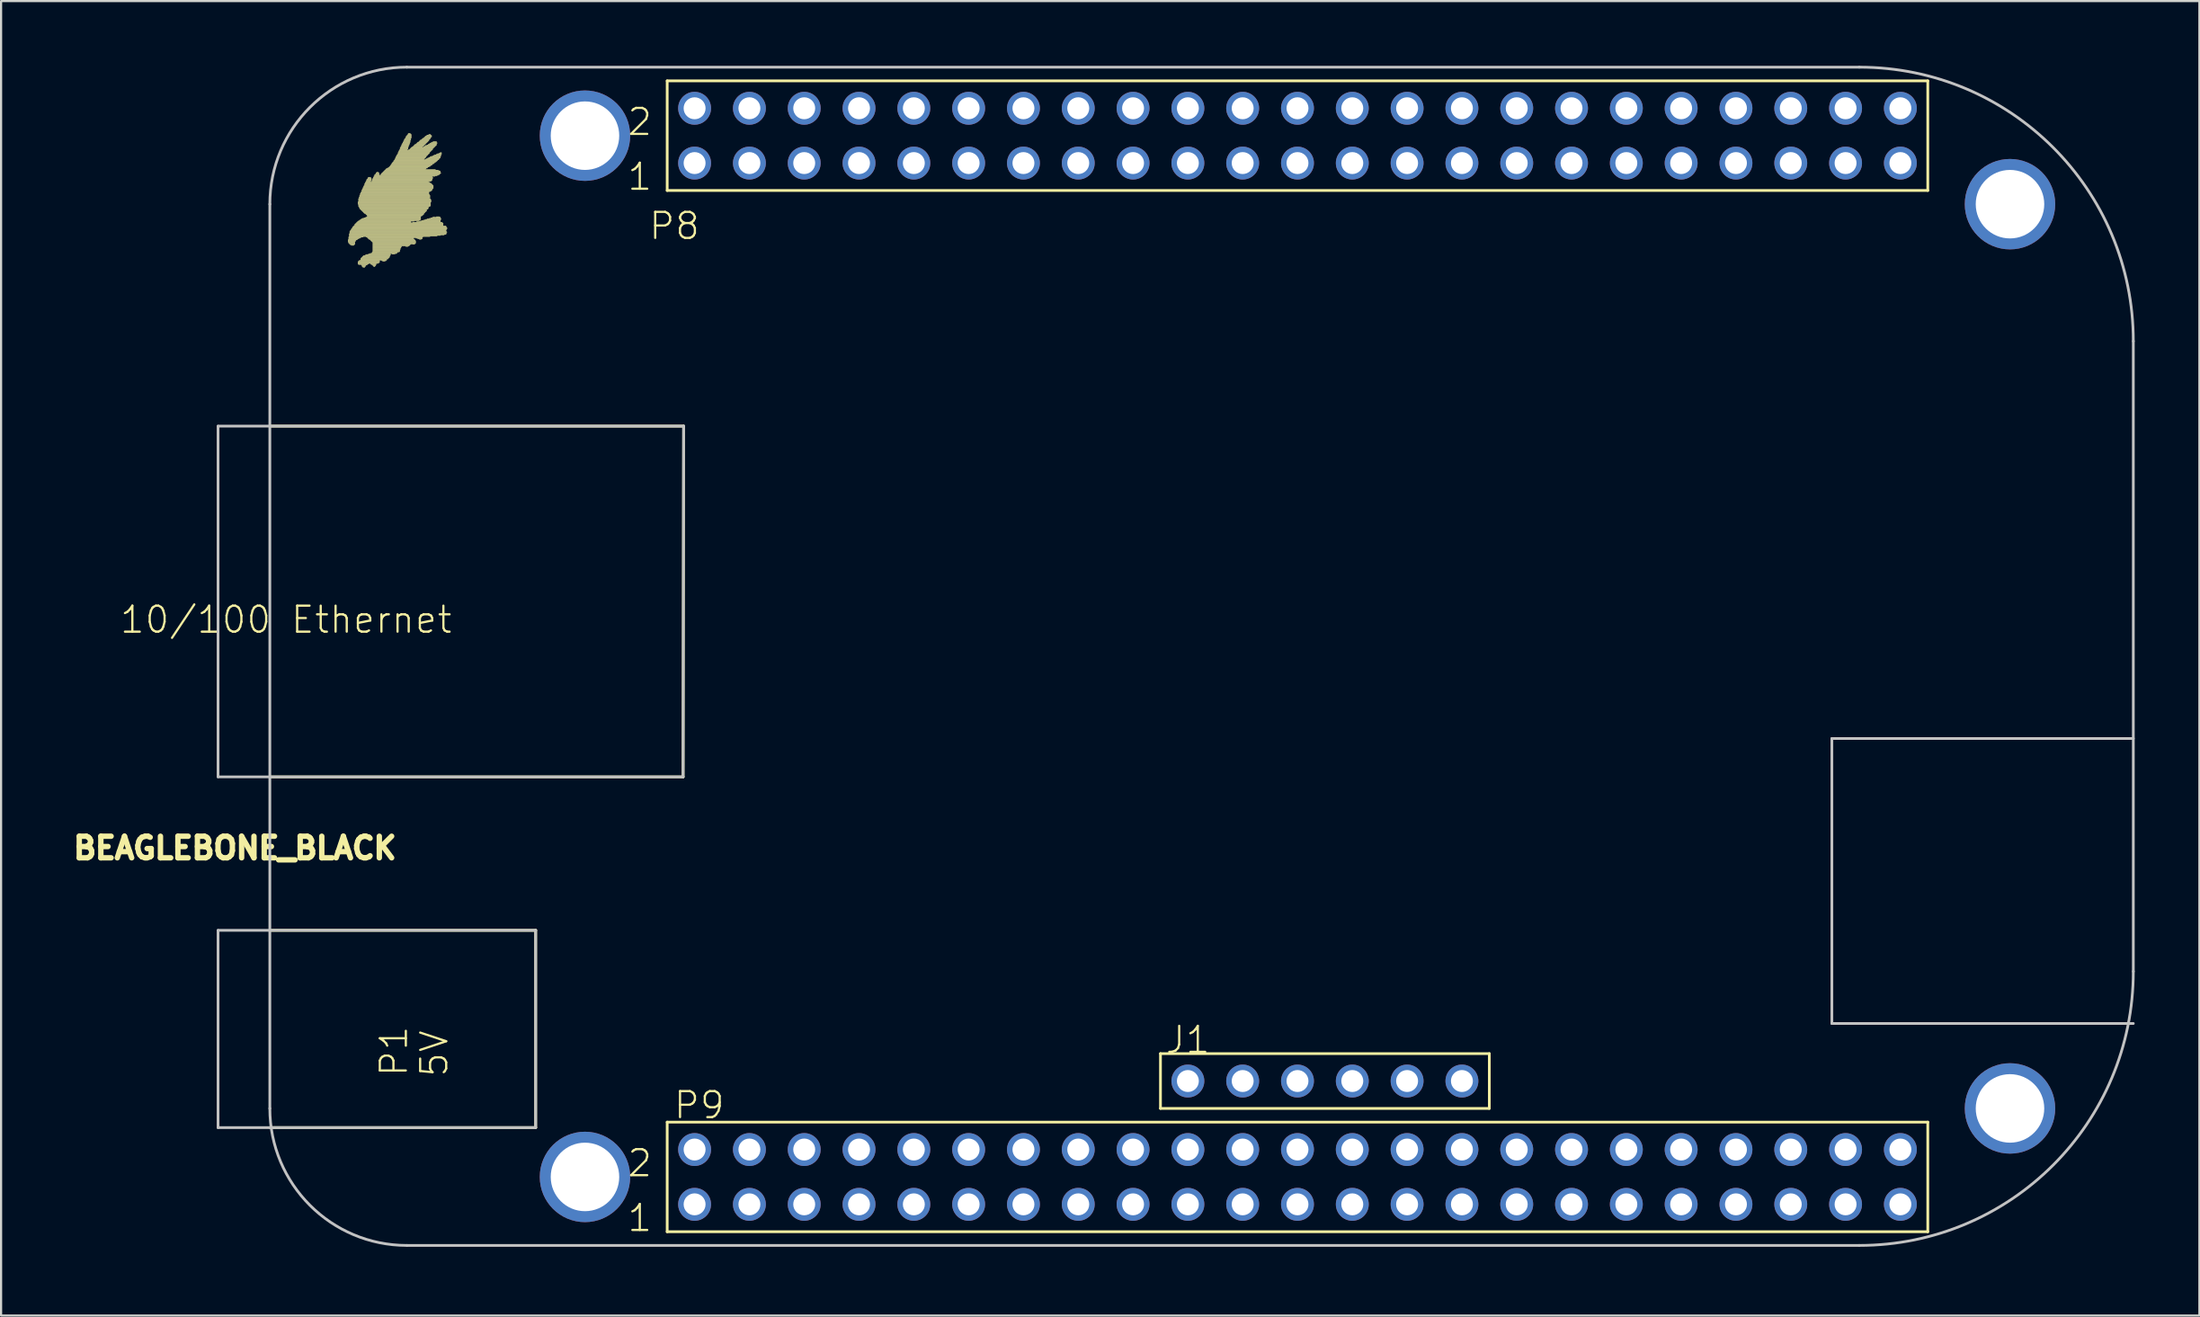
<source format=kicad_pcb>
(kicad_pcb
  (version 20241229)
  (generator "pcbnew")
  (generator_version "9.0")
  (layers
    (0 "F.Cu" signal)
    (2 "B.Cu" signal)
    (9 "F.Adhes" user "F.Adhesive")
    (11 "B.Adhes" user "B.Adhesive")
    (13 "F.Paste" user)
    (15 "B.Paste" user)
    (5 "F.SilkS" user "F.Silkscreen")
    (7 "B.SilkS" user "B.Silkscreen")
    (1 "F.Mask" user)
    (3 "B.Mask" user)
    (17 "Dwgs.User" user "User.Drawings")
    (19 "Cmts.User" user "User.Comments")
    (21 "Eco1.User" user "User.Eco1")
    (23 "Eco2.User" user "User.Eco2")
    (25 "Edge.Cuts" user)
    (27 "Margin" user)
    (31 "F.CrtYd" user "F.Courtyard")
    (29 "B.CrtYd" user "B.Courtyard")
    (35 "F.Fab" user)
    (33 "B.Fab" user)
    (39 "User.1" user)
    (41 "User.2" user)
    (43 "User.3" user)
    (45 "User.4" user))
  (footprint "BEAGLEBONE_BLACK"
    (layer "F.Cu")
    (at 9.455 54.673)
    (property "Reference" "BEAGLEBONE_BLACK" (at 6 -19 0) (layer "F.SilkS") (effects (font (size 1 1) (thickness 0.25)) (justify right top)))
    (attr through_hole)
    (fp_line (start 0 -21.717) (end 19.152 -21.717) (stroke (width 0.127) (type solid)) (layer "F.SilkS"))
    (fp_line (start 0 -5.461) (end 12.319 -5.461) (stroke (width 0.127) (type solid)) (layer "F.SilkS"))
    (fp_line (start 12.319 -14.605) (end 0 -14.605) (stroke (width 0.127) (type solid)) (layer "F.SilkS"))
    (fp_line (start 12.319 -5.461) (end 12.319 -14.605) (stroke (width 0.127) (type solid)) (layer "F.SilkS"))
    (fp_line (start 18.415 -53.975) (end 76.835 -53.975) (stroke (width 0.127) (type solid)) (layer "F.SilkS"))
    (fp_line (start 18.415 -48.895) (end 18.415 -53.975) (stroke (width 0.127) (type solid)) (layer "F.SilkS"))
    (fp_line (start 18.415 -5.715) (end 76.835 -5.715) (stroke (width 0.127) (type solid)) (layer "F.SilkS"))
    (fp_line (start 18.415 -0.635) (end 18.415 -5.715) (stroke (width 0.127) (type solid)) (layer "F.SilkS"))
    (fp_line (start 19.152 -21.717) (end 19.177 -37.973) (stroke (width 0.127) (type solid)) (layer "F.SilkS"))
    (fp_line (start 19.177 -37.973) (end 0 -37.973) (stroke (width 0.127) (type solid)) (layer "F.SilkS"))
    (fp_line (start 41.275 -8.89) (end 41.275 -6.35) (stroke (width 0.127) (type solid)) (layer "F.SilkS"))
    (fp_line (start 41.275 -6.35) (end 56.515 -6.35) (stroke (width 0.127) (type solid)) (layer "F.SilkS"))
    (fp_line (start 56.515 -8.89) (end 41.275 -8.89) (stroke (width 0.127) (type solid)) (layer "F.SilkS"))
    (fp_line (start 56.515 -6.35) (end 56.515 -8.89) (stroke (width 0.127) (type solid)) (layer "F.SilkS"))
    (fp_line (start 76.835 -53.975) (end 76.835 -48.895) (stroke (width 0.127) (type solid)) (layer "F.SilkS"))
    (fp_line (start 76.835 -48.895) (end 18.415 -48.895) (stroke (width 0.127) (type solid)) (layer "F.SilkS"))
    (fp_line (start 76.835 -5.715) (end 76.835 -0.635) (stroke (width 0.127) (type solid)) (layer "F.SilkS"))
    (fp_line (start 76.835 -0.635) (end 18.415 -0.635) (stroke (width 0.127) (type solid)) (layer "F.SilkS"))
    (fp_poly (pts (xy 3.619 -46.596) (xy 4.051 -46.596) (xy 4.051 -46.622) (xy 3.619 -46.622)) (stroke (width 0) (type solid)) (fill yes) (layer "F.SilkS"))
    (fp_poly (pts (xy 3.619 -46.571) (xy 4 -46.571) (xy 4 -46.596) (xy 3.619 -46.596)) (stroke (width 0) (type solid)) (fill yes) (layer "F.SilkS"))
    (fp_poly (pts (xy 3.619 -46.545) (xy 3.975 -46.545) (xy 3.975 -46.571) (xy 3.619 -46.571)) (stroke (width 0) (type solid)) (fill yes) (layer "F.SilkS"))
    (fp_poly (pts (xy 3.619 -46.52) (xy 3.975 -46.52) (xy 3.975 -46.545) (xy 3.619 -46.545)) (stroke (width 0) (type solid)) (fill yes) (layer "F.SilkS"))
    (fp_poly (pts (xy 3.619 -46.495) (xy 3.95 -46.495) (xy 3.95 -46.52) (xy 3.619 -46.52)) (stroke (width 0) (type solid)) (fill yes) (layer "F.SilkS"))
    (fp_poly (pts (xy 3.645 -46.723) (xy 4.331 -46.723) (xy 4.331 -46.749) (xy 3.645 -46.749)) (stroke (width 0) (type solid)) (fill yes) (layer "F.SilkS"))
    (fp_poly (pts (xy 3.645 -46.698) (xy 4.229 -46.698) (xy 4.229 -46.723) (xy 3.645 -46.723)) (stroke (width 0) (type solid)) (fill yes) (layer "F.SilkS"))
    (fp_poly (pts (xy 3.645 -46.672) (xy 4.178 -46.672) (xy 4.178 -46.698) (xy 3.645 -46.698)) (stroke (width 0) (type solid)) (fill yes) (layer "F.SilkS"))
    (fp_poly (pts (xy 3.645 -46.647) (xy 4.128 -46.647) (xy 4.128 -46.672) (xy 3.645 -46.672)) (stroke (width 0) (type solid)) (fill yes) (layer "F.SilkS"))
    (fp_poly (pts (xy 3.645 -46.622) (xy 4.077 -46.622) (xy 4.077 -46.647) (xy 3.645 -46.647)) (stroke (width 0) (type solid)) (fill yes) (layer "F.SilkS"))
    (fp_poly (pts (xy 3.645 -46.469) (xy 3.95 -46.469) (xy 3.95 -46.495) (xy 3.645 -46.495)) (stroke (width 0) (type solid)) (fill yes) (layer "F.SilkS"))
    (fp_poly (pts (xy 3.645 -46.444) (xy 3.95 -46.444) (xy 3.95 -46.469) (xy 3.645 -46.469)) (stroke (width 0) (type solid)) (fill yes) (layer "F.SilkS"))
    (fp_poly (pts (xy 3.67 -46.876) (xy 8.191 -46.876) (xy 8.191 -46.901) (xy 3.67 -46.901)) (stroke (width 0) (type solid)) (fill yes) (layer "F.SilkS"))
    (fp_poly (pts (xy 3.67 -46.85) (xy 8.166 -46.85) (xy 8.166 -46.876) (xy 3.67 -46.876)) (stroke (width 0) (type solid)) (fill yes) (layer "F.SilkS"))
    (fp_poly (pts (xy 3.67 -46.825) (xy 8.09 -46.825) (xy 8.09 -46.85) (xy 3.67 -46.85)) (stroke (width 0) (type solid)) (fill yes) (layer "F.SilkS"))
    (fp_poly (pts (xy 3.67 -46.8) (xy 7.912 -46.8) (xy 7.912 -46.825) (xy 3.67 -46.825)) (stroke (width 0) (type solid)) (fill yes) (layer "F.SilkS"))
    (fp_poly (pts (xy 3.67 -46.774) (xy 7.76 -46.774) (xy 7.76 -46.8) (xy 3.67 -46.8)) (stroke (width 0) (type solid)) (fill yes) (layer "F.SilkS"))
    (fp_poly (pts (xy 3.67 -46.749) (xy 7.429 -46.749) (xy 7.429 -46.774) (xy 3.67 -46.774)) (stroke (width 0) (type solid)) (fill yes) (layer "F.SilkS"))
    (fp_poly (pts (xy 3.67 -46.419) (xy 3.95 -46.419) (xy 3.95 -46.444) (xy 3.67 -46.444)) (stroke (width 0) (type solid)) (fill yes) (layer "F.SilkS"))
    (fp_poly (pts (xy 3.696 -46.977) (xy 8.191 -46.977) (xy 8.191 -47.003) (xy 3.696 -47.003)) (stroke (width 0) (type solid)) (fill yes) (layer "F.SilkS"))
    (fp_poly (pts (xy 3.696 -46.952) (xy 8.217 -46.952) (xy 8.217 -46.977) (xy 3.696 -46.977)) (stroke (width 0) (type solid)) (fill yes) (layer "F.SilkS"))
    (fp_poly (pts (xy 3.696 -46.926) (xy 8.191 -46.926) (xy 8.191 -46.952) (xy 3.696 -46.952)) (stroke (width 0) (type solid)) (fill yes) (layer "F.SilkS"))
    (fp_poly (pts (xy 3.696 -46.901) (xy 8.191 -46.901) (xy 8.191 -46.926) (xy 3.696 -46.926)) (stroke (width 0) (type solid)) (fill yes) (layer "F.SilkS"))
    (fp_poly (pts (xy 3.696 -46.393) (xy 3.95 -46.393) (xy 3.95 -46.419) (xy 3.696 -46.419)) (stroke (width 0) (type solid)) (fill yes) (layer "F.SilkS"))
    (fp_poly (pts (xy 3.721 -47.028) (xy 8.166 -47.028) (xy 8.166 -47.053) (xy 3.721 -47.053)) (stroke (width 0) (type solid)) (fill yes) (layer "F.SilkS"))
    (fp_poly (pts (xy 3.721 -47.003) (xy 8.191 -47.003) (xy 8.191 -47.028) (xy 3.721 -47.028)) (stroke (width 0) (type solid)) (fill yes) (layer "F.SilkS"))
    (fp_poly (pts (xy 3.721 -46.368) (xy 3.924 -46.368) (xy 3.924 -46.393) (xy 3.721 -46.393)) (stroke (width 0) (type solid)) (fill yes) (layer "F.SilkS"))
    (fp_poly (pts (xy 3.747 -47.053) (xy 8.191 -47.053) (xy 8.191 -47.079) (xy 3.747 -47.079)) (stroke (width 0) (type solid)) (fill yes) (layer "F.SilkS"))
    (fp_poly (pts (xy 3.772 -47.104) (xy 8.217 -47.104) (xy 8.217 -47.13) (xy 3.772 -47.13)) (stroke (width 0) (type solid)) (fill yes) (layer "F.SilkS"))
    (fp_poly (pts (xy 3.772 -47.079) (xy 8.191 -47.079) (xy 8.191 -47.104) (xy 3.772 -47.104)) (stroke (width 0) (type solid)) (fill yes) (layer "F.SilkS"))
    (fp_poly (pts (xy 3.772 -46.342) (xy 3.899 -46.342) (xy 3.899 -46.368) (xy 3.772 -46.368)) (stroke (width 0) (type solid)) (fill yes) (layer "F.SilkS"))
    (fp_poly (pts (xy 3.797 -47.13) (xy 8.217 -47.13) (xy 8.217 -47.155) (xy 3.797 -47.155)) (stroke (width 0) (type solid)) (fill yes) (layer "F.SilkS"))
    (fp_poly (pts (xy 3.823 -47.181) (xy 8.191 -47.181) (xy 8.191 -47.206) (xy 3.823 -47.206)) (stroke (width 0) (type solid)) (fill yes) (layer "F.SilkS"))
    (fp_poly (pts (xy 3.823 -47.155) (xy 8.217 -47.155) (xy 8.217 -47.181) (xy 3.823 -47.181)) (stroke (width 0) (type solid)) (fill yes) (layer "F.SilkS"))
    (fp_poly (pts (xy 3.848 -47.206) (xy 8.191 -47.206) (xy 8.191 -47.231) (xy 3.848 -47.231)) (stroke (width 0) (type solid)) (fill yes) (layer "F.SilkS"))
    (fp_poly (pts (xy 3.873 -47.231) (xy 8.166 -47.231) (xy 8.166 -47.257) (xy 3.873 -47.257)) (stroke (width 0) (type solid)) (fill yes) (layer "F.SilkS"))
    (fp_poly (pts (xy 3.899 -47.257) (xy 8.039 -47.257) (xy 8.039 -47.282) (xy 3.899 -47.282)) (stroke (width 0) (type solid)) (fill yes) (layer "F.SilkS"))
    (fp_poly (pts (xy 3.924 -47.307) (xy 8.039 -47.307) (xy 8.039 -47.333) (xy 3.924 -47.333)) (stroke (width 0) (type solid)) (fill yes) (layer "F.SilkS"))
    (fp_poly (pts (xy 3.924 -47.282) (xy 8.039 -47.282) (xy 8.039 -47.307) (xy 3.924 -47.307)) (stroke (width 0) (type solid)) (fill yes) (layer "F.SilkS"))
    (fp_poly (pts (xy 3.95 -47.333) (xy 8.039 -47.333) (xy 8.039 -47.358) (xy 3.95 -47.358)) (stroke (width 0) (type solid)) (fill yes) (layer "F.SilkS"))
    (fp_poly (pts (xy 3.975 -47.358) (xy 8.039 -47.358) (xy 8.039 -47.384) (xy 3.975 -47.384)) (stroke (width 0) (type solid)) (fill yes) (layer "F.SilkS"))
    (fp_poly (pts (xy 4 -47.384) (xy 8.014 -47.384) (xy 8.014 -47.409) (xy 4 -47.409)) (stroke (width 0) (type solid)) (fill yes) (layer "F.SilkS"))
    (fp_poly (pts (xy 4.026 -47.409) (xy 6.54 -47.409) (xy 6.54 -47.434) (xy 4.026 -47.434)) (stroke (width 0) (type solid)) (fill yes) (layer "F.SilkS"))
    (fp_poly (pts (xy 4.051 -47.434) (xy 6.54 -47.434) (xy 6.54 -47.46) (xy 4.051 -47.46)) (stroke (width 0) (type solid)) (fill yes) (layer "F.SilkS"))
    (fp_poly (pts (xy 4.077 -48.349) (xy 7.48 -48.349) (xy 7.48 -48.374) (xy 4.077 -48.374)) (stroke (width 0) (type solid)) (fill yes) (layer "F.SilkS"))
    (fp_poly (pts (xy 4.077 -48.324) (xy 7.455 -48.324) (xy 7.455 -48.349) (xy 4.077 -48.349)) (stroke (width 0) (type solid)) (fill yes) (layer "F.SilkS"))
    (fp_poly (pts (xy 4.077 -48.298) (xy 7.455 -48.298) (xy 7.455 -48.324) (xy 4.077 -48.324)) (stroke (width 0) (type solid)) (fill yes) (layer "F.SilkS"))
    (fp_poly (pts (xy 4.077 -48.273) (xy 7.455 -48.273) (xy 7.455 -48.298) (xy 4.077 -48.298)) (stroke (width 0) (type solid)) (fill yes) (layer "F.SilkS"))
    (fp_poly (pts (xy 4.077 -48.247) (xy 7.455 -48.247) (xy 7.455 -48.273) (xy 4.077 -48.273)) (stroke (width 0) (type solid)) (fill yes) (layer "F.SilkS"))
    (fp_poly (pts (xy 4.077 -47.46) (xy 6.693 -47.46) (xy 6.693 -47.485) (xy 4.077 -47.485)) (stroke (width 0) (type solid)) (fill yes) (layer "F.SilkS"))
    (fp_poly (pts (xy 4.077 -45.58) (xy 5.093 -45.58) (xy 5.093 -45.606) (xy 4.077 -45.606)) (stroke (width 0) (type solid)) (fill yes) (layer "F.SilkS"))
    (fp_poly (pts (xy 4.077 -45.555) (xy 5.093 -45.555) (xy 5.093 -45.58) (xy 4.077 -45.58)) (stroke (width 0) (type solid)) (fill yes) (layer "F.SilkS"))
    (fp_poly (pts (xy 4.077 -45.529) (xy 5.067 -45.529) (xy 5.067 -45.555) (xy 4.077 -45.555)) (stroke (width 0) (type solid)) (fill yes) (layer "F.SilkS"))
    (fp_poly (pts (xy 4.077 -45.504) (xy 5.016 -45.504) (xy 5.016 -45.529) (xy 4.077 -45.529)) (stroke (width 0) (type solid)) (fill yes) (layer "F.SilkS"))
    (fp_poly (pts (xy 4.077 -45.479) (xy 4.585 -45.479) (xy 4.585 -45.504) (xy 4.077 -45.504)) (stroke (width 0) (type solid)) (fill yes) (layer "F.SilkS"))
    (fp_poly (pts (xy 4.102 -48.501) (xy 7.455 -48.501) (xy 7.455 -48.527) (xy 4.102 -48.527)) (stroke (width 0) (type solid)) (fill yes) (layer "F.SilkS"))
    (fp_poly (pts (xy 4.102 -48.476) (xy 7.455 -48.476) (xy 7.455 -48.501) (xy 4.102 -48.501)) (stroke (width 0) (type solid)) (fill yes) (layer "F.SilkS"))
    (fp_poly (pts (xy 4.102 -48.45) (xy 7.48 -48.45) (xy 7.48 -48.476) (xy 4.102 -48.476)) (stroke (width 0) (type solid)) (fill yes) (layer "F.SilkS"))
    (fp_poly (pts (xy 4.102 -48.425) (xy 7.48 -48.425) (xy 7.48 -48.45) (xy 4.102 -48.45)) (stroke (width 0) (type solid)) (fill yes) (layer "F.SilkS"))
    (fp_poly (pts (xy 4.102 -48.4) (xy 7.48 -48.4) (xy 7.48 -48.425) (xy 4.102 -48.425)) (stroke (width 0) (type solid)) (fill yes) (layer "F.SilkS"))
    (fp_poly (pts (xy 4.102 -48.374) (xy 7.48 -48.374) (xy 7.48 -48.4) (xy 4.102 -48.4)) (stroke (width 0) (type solid)) (fill yes) (layer "F.SilkS"))
    (fp_poly (pts (xy 4.102 -48.222) (xy 7.455 -48.222) (xy 7.455 -48.247) (xy 4.102 -48.247)) (stroke (width 0) (type solid)) (fill yes) (layer "F.SilkS"))
    (fp_poly (pts (xy 4.102 -48.197) (xy 7.455 -48.197) (xy 7.455 -48.222) (xy 4.102 -48.222)) (stroke (width 0) (type solid)) (fill yes) (layer "F.SilkS"))
    (fp_poly (pts (xy 4.102 -48.171) (xy 7.455 -48.171) (xy 7.455 -48.197) (xy 4.102 -48.197)) (stroke (width 0) (type solid)) (fill yes) (layer "F.SilkS"))
    (fp_poly (pts (xy 4.102 -48.146) (xy 7.429 -48.146) (xy 7.429 -48.171) (xy 4.102 -48.171)) (stroke (width 0) (type solid)) (fill yes) (layer "F.SilkS"))
    (fp_poly (pts (xy 4.102 -45.606) (xy 5.093 -45.606) (xy 5.093 -45.631) (xy 4.102 -45.631)) (stroke (width 0) (type solid)) (fill yes) (layer "F.SilkS"))
    (fp_poly (pts (xy 4.102 -45.453) (xy 4.534 -45.453) (xy 4.534 -45.479) (xy 4.102 -45.479)) (stroke (width 0) (type solid)) (fill yes) (layer "F.SilkS"))
    (fp_poly (pts (xy 4.128 -48.578) (xy 7.429 -48.578) (xy 7.429 -48.603) (xy 4.128 -48.603)) (stroke (width 0) (type solid)) (fill yes) (layer "F.SilkS"))
    (fp_poly (pts (xy 4.128 -48.552) (xy 7.429 -48.552) (xy 7.429 -48.578) (xy 4.128 -48.578)) (stroke (width 0) (type solid)) (fill yes) (layer "F.SilkS"))
    (fp_poly (pts (xy 4.128 -48.527) (xy 7.404 -48.527) (xy 7.404 -48.552) (xy 4.128 -48.552)) (stroke (width 0) (type solid)) (fill yes) (layer "F.SilkS"))
    (fp_poly (pts (xy 4.128 -48.12) (xy 7.379 -48.12) (xy 7.379 -48.146) (xy 4.128 -48.146)) (stroke (width 0) (type solid)) (fill yes) (layer "F.SilkS"))
    (fp_poly (pts (xy 4.128 -48.095) (xy 7.353 -48.095) (xy 7.353 -48.12) (xy 4.128 -48.12)) (stroke (width 0) (type solid)) (fill yes) (layer "F.SilkS"))
    (fp_poly (pts (xy 4.128 -47.485) (xy 6.921 -47.485) (xy 6.921 -47.511) (xy 4.128 -47.511)) (stroke (width 0) (type solid)) (fill yes) (layer "F.SilkS"))
    (fp_poly (pts (xy 4.128 -45.631) (xy 5.093 -45.631) (xy 5.093 -45.657) (xy 4.128 -45.657)) (stroke (width 0) (type solid)) (fill yes) (layer "F.SilkS"))
    (fp_poly (pts (xy 4.153 -48.654) (xy 7.429 -48.654) (xy 7.429 -48.679) (xy 4.153 -48.679)) (stroke (width 0) (type solid)) (fill yes) (layer "F.SilkS"))
    (fp_poly (pts (xy 4.153 -48.628) (xy 7.429 -48.628) (xy 7.429 -48.654) (xy 4.153 -48.654)) (stroke (width 0) (type solid)) (fill yes) (layer "F.SilkS"))
    (fp_poly (pts (xy 4.153 -48.603) (xy 7.429 -48.603) (xy 7.429 -48.628) (xy 4.153 -48.628)) (stroke (width 0) (type solid)) (fill yes) (layer "F.SilkS"))
    (fp_poly (pts (xy 4.153 -48.069) (xy 7.353 -48.069) (xy 7.353 -48.095) (xy 4.153 -48.095)) (stroke (width 0) (type solid)) (fill yes) (layer "F.SilkS"))
    (fp_poly (pts (xy 4.153 -48.044) (xy 7.353 -48.044) (xy 7.353 -48.069) (xy 4.153 -48.069)) (stroke (width 0) (type solid)) (fill yes) (layer "F.SilkS"))
    (fp_poly (pts (xy 4.153 -47.511) (xy 6.972 -47.511) (xy 6.972 -47.536) (xy 4.153 -47.536)) (stroke (width 0) (type solid)) (fill yes) (layer "F.SilkS"))
    (fp_poly (pts (xy 4.178 -48.73) (xy 7.379 -48.73) (xy 7.379 -48.755) (xy 4.178 -48.755)) (stroke (width 0) (type solid)) (fill yes) (layer "F.SilkS"))
    (fp_poly (pts (xy 4.178 -48.705) (xy 7.404 -48.705) (xy 7.404 -48.73) (xy 4.178 -48.73)) (stroke (width 0) (type solid)) (fill yes) (layer "F.SilkS"))
    (fp_poly (pts (xy 4.178 -48.679) (xy 7.404 -48.679) (xy 7.404 -48.705) (xy 4.178 -48.705)) (stroke (width 0) (type solid)) (fill yes) (layer "F.SilkS"))
    (fp_poly (pts (xy 4.178 -48.019) (xy 7.328 -48.019) (xy 7.328 -48.044) (xy 4.178 -48.044)) (stroke (width 0) (type solid)) (fill yes) (layer "F.SilkS"))
    (fp_poly (pts (xy 4.178 -45.657) (xy 5.423 -45.657) (xy 5.423 -45.682) (xy 4.178 -45.682)) (stroke (width 0) (type solid)) (fill yes) (layer "F.SilkS"))
    (fp_poly (pts (xy 4.204 -48.781) (xy 7.379 -48.781) (xy 7.379 -48.806) (xy 4.204 -48.806)) (stroke (width 0) (type solid)) (fill yes) (layer "F.SilkS"))
    (fp_poly (pts (xy 4.204 -48.755) (xy 7.379 -48.755) (xy 7.379 -48.781) (xy 4.204 -48.781)) (stroke (width 0) (type solid)) (fill yes) (layer "F.SilkS"))
    (fp_poly (pts (xy 4.204 -47.993) (xy 7.277 -47.993) (xy 7.277 -48.019) (xy 4.204 -48.019)) (stroke (width 0) (type solid)) (fill yes) (layer "F.SilkS"))
    (fp_poly (pts (xy 4.204 -47.536) (xy 6.998 -47.536) (xy 6.998 -47.562) (xy 4.204 -47.562)) (stroke (width 0) (type solid)) (fill yes) (layer "F.SilkS"))
    (fp_poly (pts (xy 4.204 -45.733) (xy 5.499 -45.733) (xy 5.499 -45.758) (xy 4.204 -45.758)) (stroke (width 0) (type solid)) (fill yes) (layer "F.SilkS"))
    (fp_poly (pts (xy 4.204 -45.707) (xy 5.474 -45.707) (xy 5.474 -45.733) (xy 4.204 -45.733)) (stroke (width 0) (type solid)) (fill yes) (layer "F.SilkS"))
    (fp_poly (pts (xy 4.204 -45.682) (xy 5.423 -45.682) (xy 5.423 -45.707) (xy 4.204 -45.707)) (stroke (width 0) (type solid)) (fill yes) (layer "F.SilkS"))
    (fp_poly (pts (xy 4.229 -48.831) (xy 7.429 -48.831) (xy 7.429 -48.857) (xy 4.229 -48.857)) (stroke (width 0) (type solid)) (fill yes) (layer "F.SilkS"))
    (fp_poly (pts (xy 4.229 -48.806) (xy 7.379 -48.806) (xy 7.379 -48.831) (xy 4.229 -48.831)) (stroke (width 0) (type solid)) (fill yes) (layer "F.SilkS"))
    (fp_poly (pts (xy 4.229 -47.968) (xy 7.277 -47.968) (xy 7.277 -47.993) (xy 4.229 -47.993)) (stroke (width 0) (type solid)) (fill yes) (layer "F.SilkS"))
    (fp_poly (pts (xy 4.229 -47.562) (xy 6.998 -47.562) (xy 6.998 -47.587) (xy 4.229 -47.587)) (stroke (width 0) (type solid)) (fill yes) (layer "F.SilkS"))
    (fp_poly (pts (xy 4.229 -45.758) (xy 5.524 -45.758) (xy 5.524 -45.783) (xy 4.229 -45.783)) (stroke (width 0) (type solid)) (fill yes) (layer "F.SilkS"))
    (fp_poly (pts (xy 4.229 -45.428) (xy 4.508 -45.428) (xy 4.508 -45.453) (xy 4.229 -45.453)) (stroke (width 0) (type solid)) (fill yes) (layer "F.SilkS"))
    (fp_poly (pts (xy 4.255 -48.908) (xy 7.531 -48.908) (xy 7.531 -48.933) (xy 4.255 -48.933)) (stroke (width 0) (type solid)) (fill yes) (layer "F.SilkS"))
    (fp_poly (pts (xy 4.255 -48.882) (xy 7.506 -48.882) (xy 7.506 -48.908) (xy 4.255 -48.908)) (stroke (width 0) (type solid)) (fill yes) (layer "F.SilkS"))
    (fp_poly (pts (xy 4.255 -48.857) (xy 7.48 -48.857) (xy 7.48 -48.882) (xy 4.255 -48.882)) (stroke (width 0) (type solid)) (fill yes) (layer "F.SilkS"))
    (fp_poly (pts (xy 4.255 -47.943) (xy 7.277 -47.943) (xy 7.277 -47.968) (xy 4.255 -47.968)) (stroke (width 0) (type solid)) (fill yes) (layer "F.SilkS"))
    (fp_poly (pts (xy 4.255 -45.783) (xy 5.55 -45.783) (xy 5.55 -45.809) (xy 4.255 -45.809)) (stroke (width 0) (type solid)) (fill yes) (layer "F.SilkS"))
    (fp_poly (pts (xy 4.255 -45.403) (xy 4.458 -45.403) (xy 4.458 -45.428) (xy 4.255 -45.428)) (stroke (width 0) (type solid)) (fill yes) (layer "F.SilkS"))
    (fp_poly (pts (xy 4.255 -45.377) (xy 4.432 -45.377) (xy 4.432 -45.403) (xy 4.255 -45.403)) (stroke (width 0) (type solid)) (fill yes) (layer "F.SilkS"))
    (fp_poly (pts (xy 4.28 -48.959) (xy 7.556 -48.959) (xy 7.556 -48.984) (xy 4.28 -48.984)) (stroke (width 0) (type solid)) (fill yes) (layer "F.SilkS"))
    (fp_poly (pts (xy 4.28 -48.933) (xy 7.531 -48.933) (xy 7.531 -48.959) (xy 4.28 -48.959)) (stroke (width 0) (type solid)) (fill yes) (layer "F.SilkS"))
    (fp_poly (pts (xy 4.28 -47.917) (xy 7.252 -47.917) (xy 7.252 -47.943) (xy 4.28 -47.943)) (stroke (width 0) (type solid)) (fill yes) (layer "F.SilkS"))
    (fp_poly (pts (xy 4.28 -47.587) (xy 6.998 -47.587) (xy 6.998 -47.612) (xy 4.28 -47.612)) (stroke (width 0) (type solid)) (fill yes) (layer "F.SilkS"))
    (fp_poly (pts (xy 4.28 -45.809) (xy 5.55 -45.809) (xy 5.55 -45.834) (xy 4.28 -45.834)) (stroke (width 0) (type solid)) (fill yes) (layer "F.SilkS"))
    (fp_poly (pts (xy 4.28 -45.352) (xy 4.432 -45.352) (xy 4.432 -45.377) (xy 4.28 -45.377)) (stroke (width 0) (type solid)) (fill yes) (layer "F.SilkS"))
    (fp_poly (pts (xy 4.305 -49.009) (xy 7.582 -49.009) (xy 7.582 -49.035) (xy 4.305 -49.035)) (stroke (width 0) (type solid)) (fill yes) (layer "F.SilkS"))
    (fp_poly (pts (xy 4.305 -48.984) (xy 7.582 -48.984) (xy 7.582 -49.009) (xy 4.305 -49.009)) (stroke (width 0) (type solid)) (fill yes) (layer "F.SilkS"))
    (fp_poly (pts (xy 4.305 -47.892) (xy 7.226 -47.892) (xy 7.226 -47.917) (xy 4.305 -47.917)) (stroke (width 0) (type solid)) (fill yes) (layer "F.SilkS"))
    (fp_poly (pts (xy 4.305 -45.834) (xy 5.575 -45.834) (xy 5.575 -45.86) (xy 4.305 -45.86)) (stroke (width 0) (type solid)) (fill yes) (layer "F.SilkS"))
    (fp_poly (pts (xy 4.305 -45.326) (xy 4.407 -45.326) (xy 4.407 -45.352) (xy 4.305 -45.352)) (stroke (width 0) (type solid)) (fill yes) (layer "F.SilkS"))
    (fp_poly (pts (xy 4.331 -49.06) (xy 7.582 -49.06) (xy 7.582 -49.086) (xy 4.331 -49.086)) (stroke (width 0) (type solid)) (fill yes) (layer "F.SilkS"))
    (fp_poly (pts (xy 4.331 -49.035) (xy 7.582 -49.035) (xy 7.582 -49.06) (xy 4.331 -49.06)) (stroke (width 0) (type solid)) (fill yes) (layer "F.SilkS"))
    (fp_poly (pts (xy 4.331 -47.866) (xy 7.201 -47.866) (xy 7.201 -47.892) (xy 4.331 -47.892)) (stroke (width 0) (type solid)) (fill yes) (layer "F.SilkS"))
    (fp_poly (pts (xy 4.331 -45.86) (xy 5.575 -45.86) (xy 5.575 -45.885) (xy 4.331 -45.885)) (stroke (width 0) (type solid)) (fill yes) (layer "F.SilkS"))
    (fp_poly (pts (xy 4.356 -49.111) (xy 7.582 -49.111) (xy 7.582 -49.136) (xy 4.356 -49.136)) (stroke (width 0) (type solid)) (fill yes) (layer "F.SilkS"))
    (fp_poly (pts (xy 4.356 -49.086) (xy 7.582 -49.086) (xy 7.582 -49.111) (xy 4.356 -49.111)) (stroke (width 0) (type solid)) (fill yes) (layer "F.SilkS"))
    (fp_poly (pts (xy 4.356 -47.841) (xy 7.176 -47.841) (xy 7.176 -47.866) (xy 4.356 -47.866)) (stroke (width 0) (type solid)) (fill yes) (layer "F.SilkS"))
    (fp_poly (pts (xy 4.356 -47.612) (xy 6.998 -47.612) (xy 6.998 -47.638) (xy 4.356 -47.638)) (stroke (width 0) (type solid)) (fill yes) (layer "F.SilkS"))
    (fp_poly (pts (xy 4.381 -49.187) (xy 7.506 -49.187) (xy 7.506 -49.212) (xy 4.381 -49.212)) (stroke (width 0) (type solid)) (fill yes) (layer "F.SilkS"))
    (fp_poly (pts (xy 4.381 -49.162) (xy 7.531 -49.162) (xy 7.531 -49.187) (xy 4.381 -49.187)) (stroke (width 0) (type solid)) (fill yes) (layer "F.SilkS"))
    (fp_poly (pts (xy 4.381 -49.136) (xy 7.556 -49.136) (xy 7.556 -49.162) (xy 4.381 -49.162)) (stroke (width 0) (type solid)) (fill yes) (layer "F.SilkS"))
    (fp_poly (pts (xy 4.381 -47.816) (xy 7.15 -47.816) (xy 7.15 -47.841) (xy 4.381 -47.841)) (stroke (width 0) (type solid)) (fill yes) (layer "F.SilkS"))
    (fp_poly (pts (xy 4.407 -49.238) (xy 7.429 -49.238) (xy 7.429 -49.263) (xy 4.407 -49.263)) (stroke (width 0) (type solid)) (fill yes) (layer "F.SilkS"))
    (fp_poly (pts (xy 4.407 -49.212) (xy 7.48 -49.212) (xy 7.48 -49.238) (xy 4.407 -49.238)) (stroke (width 0) (type solid)) (fill yes) (layer "F.SilkS"))
    (fp_poly (pts (xy 4.407 -45.885) (xy 5.601 -45.885) (xy 5.601 -45.91) (xy 4.407 -45.91)) (stroke (width 0) (type solid)) (fill yes) (layer "F.SilkS"))
    (fp_poly (pts (xy 4.432 -49.289) (xy 4.686 -49.289) (xy 4.686 -49.314) (xy 4.432 -49.314)) (stroke (width 0) (type solid)) (fill yes) (layer "F.SilkS"))
    (fp_poly (pts (xy 4.432 -49.263) (xy 7.404 -49.263) (xy 7.404 -49.289) (xy 4.432 -49.289)) (stroke (width 0) (type solid)) (fill yes) (layer "F.SilkS"))
    (fp_poly (pts (xy 4.432 -47.79) (xy 7.15 -47.79) (xy 7.15 -47.816) (xy 4.432 -47.816)) (stroke (width 0) (type solid)) (fill yes) (layer "F.SilkS"))
    (fp_poly (pts (xy 4.432 -47.638) (xy 6.998 -47.638) (xy 6.998 -47.663) (xy 4.432 -47.663)) (stroke (width 0) (type solid)) (fill yes) (layer "F.SilkS"))
    (fp_poly (pts (xy 4.458 -49.34) (xy 4.712 -49.34) (xy 4.712 -49.365) (xy 4.458 -49.365)) (stroke (width 0) (type solid)) (fill yes) (layer "F.SilkS"))
    (fp_poly (pts (xy 4.458 -49.314) (xy 4.686 -49.314) (xy 4.686 -49.34) (xy 4.458 -49.34)) (stroke (width 0) (type solid)) (fill yes) (layer "F.SilkS"))
    (fp_poly (pts (xy 4.458 -47.765) (xy 7.125 -47.765) (xy 7.125 -47.79) (xy 4.458 -47.79)) (stroke (width 0) (type solid)) (fill yes) (layer "F.SilkS"))
    (fp_poly (pts (xy 4.458 -46.723) (xy 7.099 -46.723) (xy 7.099 -46.749) (xy 4.458 -46.749)) (stroke (width 0) (type solid)) (fill yes) (layer "F.SilkS"))
    (fp_poly (pts (xy 4.458 -45.91) (xy 5.601 -45.91) (xy 5.601 -45.936) (xy 4.458 -45.936)) (stroke (width 0) (type solid)) (fill yes) (layer "F.SilkS"))
    (fp_poly (pts (xy 4.483 -49.39) (xy 4.712 -49.39) (xy 4.712 -49.416) (xy 4.483 -49.416)) (stroke (width 0) (type solid)) (fill yes) (layer "F.SilkS"))
    (fp_poly (pts (xy 4.483 -49.365) (xy 4.712 -49.365) (xy 4.712 -49.39) (xy 4.483 -49.39)) (stroke (width 0) (type solid)) (fill yes) (layer "F.SilkS"))
    (fp_poly (pts (xy 4.483 -47.739) (xy 7.099 -47.739) (xy 7.099 -47.765) (xy 4.483 -47.765)) (stroke (width 0) (type solid)) (fill yes) (layer "F.SilkS"))
    (fp_poly (pts (xy 4.483 -47.663) (xy 6.998 -47.663) (xy 6.998 -47.688) (xy 4.483 -47.688)) (stroke (width 0) (type solid)) (fill yes) (layer "F.SilkS"))
    (fp_poly (pts (xy 4.508 -49.416) (xy 4.712 -49.416) (xy 4.712 -49.441) (xy 4.508 -49.441)) (stroke (width 0) (type solid)) (fill yes) (layer "F.SilkS"))
    (fp_poly (pts (xy 4.508 -47.714) (xy 7.074 -47.714) (xy 7.074 -47.739) (xy 4.508 -47.739)) (stroke (width 0) (type solid)) (fill yes) (layer "F.SilkS"))
    (fp_poly (pts (xy 4.508 -47.688) (xy 7.023 -47.688) (xy 7.023 -47.714) (xy 4.508 -47.714)) (stroke (width 0) (type solid)) (fill yes) (layer "F.SilkS"))
    (fp_poly (pts (xy 4.508 -46.698) (xy 7.074 -46.698) (xy 7.074 -46.723) (xy 4.508 -46.723)) (stroke (width 0) (type solid)) (fill yes) (layer "F.SilkS"))
    (fp_poly (pts (xy 4.534 -49.467) (xy 4.686 -49.467) (xy 4.686 -49.492) (xy 4.534 -49.492)) (stroke (width 0) (type solid)) (fill yes) (layer "F.SilkS"))
    (fp_poly (pts (xy 4.534 -49.441) (xy 4.712 -49.441) (xy 4.712 -49.467) (xy 4.534 -49.467)) (stroke (width 0) (type solid)) (fill yes) (layer "F.SilkS"))
    (fp_poly (pts (xy 4.534 -46.672) (xy 6.668 -46.672) (xy 6.668 -46.698) (xy 4.534 -46.698)) (stroke (width 0) (type solid)) (fill yes) (layer "F.SilkS"))
    (fp_poly (pts (xy 4.559 -49.492) (xy 4.686 -49.492) (xy 4.686 -49.517) (xy 4.559 -49.517)) (stroke (width 0) (type solid)) (fill yes) (layer "F.SilkS"))
    (fp_poly (pts (xy 4.559 -46.647) (xy 6.668 -46.647) (xy 6.668 -46.672) (xy 4.559 -46.672)) (stroke (width 0) (type solid)) (fill yes) (layer "F.SilkS"))
    (fp_poly (pts (xy 4.559 -45.936) (xy 5.601 -45.936) (xy 5.601 -45.961) (xy 4.559 -45.961)) (stroke (width 0) (type solid)) (fill yes) (layer "F.SilkS"))
    (fp_poly (pts (xy 4.585 -46.622) (xy 6.718 -46.622) (xy 6.718 -46.647) (xy 4.585 -46.647)) (stroke (width 0) (type solid)) (fill yes) (layer "F.SilkS"))
    (fp_poly (pts (xy 4.636 -46.596) (xy 6.718 -46.596) (xy 6.718 -46.622) (xy 4.636 -46.622)) (stroke (width 0) (type solid)) (fill yes) (layer "F.SilkS"))
    (fp_poly (pts (xy 4.636 -45.961) (xy 5.88 -45.961) (xy 5.88 -45.987) (xy 4.636 -45.987)) (stroke (width 0) (type solid)) (fill yes) (layer "F.SilkS"))
    (fp_poly (pts (xy 4.661 -46.571) (xy 6.744 -46.571) (xy 6.744 -46.596) (xy 4.661 -46.596)) (stroke (width 0) (type solid)) (fill yes) (layer "F.SilkS"))
    (fp_poly (pts (xy 4.661 -45.479) (xy 4.94 -45.479) (xy 4.94 -45.504) (xy 4.661 -45.504)) (stroke (width 0) (type solid)) (fill yes) (layer "F.SilkS"))
    (fp_poly (pts (xy 4.686 -46.545) (xy 6.769 -46.545) (xy 6.769 -46.571) (xy 4.686 -46.571)) (stroke (width 0) (type solid)) (fill yes) (layer "F.SilkS"))
    (fp_poly (pts (xy 4.686 -45.453) (xy 4.94 -45.453) (xy 4.94 -45.479) (xy 4.686 -45.479)) (stroke (width 0) (type solid)) (fill yes) (layer "F.SilkS"))
    (fp_poly (pts (xy 4.712 -49.314) (xy 7.48 -49.314) (xy 7.48 -49.34) (xy 4.712 -49.34)) (stroke (width 0) (type solid)) (fill yes) (layer "F.SilkS"))
    (fp_poly (pts (xy 4.712 -49.289) (xy 7.353 -49.289) (xy 7.353 -49.314) (xy 4.712 -49.314)) (stroke (width 0) (type solid)) (fill yes) (layer "F.SilkS"))
    (fp_poly (pts (xy 4.712 -46.52) (xy 6.769 -46.52) (xy 6.769 -46.545) (xy 4.712 -46.545)) (stroke (width 0) (type solid)) (fill yes) (layer "F.SilkS"))
    (fp_poly (pts (xy 4.712 -45.987) (xy 5.905 -45.987) (xy 5.905 -46.012) (xy 4.712 -46.012)) (stroke (width 0) (type solid)) (fill yes) (layer "F.SilkS"))
    (fp_poly (pts (xy 4.737 -49.39) (xy 7.531 -49.39) (xy 7.531 -49.416) (xy 4.737 -49.416)) (stroke (width 0) (type solid)) (fill yes) (layer "F.SilkS"))
    (fp_poly (pts (xy 4.737 -49.365) (xy 7.531 -49.365) (xy 7.531 -49.39) (xy 4.737 -49.39)) (stroke (width 0) (type solid)) (fill yes) (layer "F.SilkS"))
    (fp_poly (pts (xy 4.737 -49.34) (xy 7.506 -49.34) (xy 7.506 -49.365) (xy 4.737 -49.365)) (stroke (width 0) (type solid)) (fill yes) (layer "F.SilkS"))
    (fp_poly (pts (xy 4.737 -46.495) (xy 6.769 -46.495) (xy 6.769 -46.52) (xy 4.737 -46.52)) (stroke (width 0) (type solid)) (fill yes) (layer "F.SilkS"))
    (fp_poly (pts (xy 4.737 -46.038) (xy 6.007 -46.038) (xy 6.007 -46.063) (xy 4.737 -46.063)) (stroke (width 0) (type solid)) (fill yes) (layer "F.SilkS"))
    (fp_poly (pts (xy 4.737 -46.012) (xy 5.931 -46.012) (xy 5.931 -46.038) (xy 4.737 -46.038)) (stroke (width 0) (type solid)) (fill yes) (layer "F.SilkS"))
    (fp_poly (pts (xy 4.737 -45.428) (xy 4.915 -45.428) (xy 4.915 -45.453) (xy 4.737 -45.453)) (stroke (width 0) (type solid)) (fill yes) (layer "F.SilkS"))
    (fp_poly (pts (xy 4.763 -49.441) (xy 7.556 -49.441) (xy 7.556 -49.467) (xy 4.763 -49.467)) (stroke (width 0) (type solid)) (fill yes) (layer "F.SilkS"))
    (fp_poly (pts (xy 4.763 -49.416) (xy 7.531 -49.416) (xy 7.531 -49.441) (xy 4.763 -49.441)) (stroke (width 0) (type solid)) (fill yes) (layer "F.SilkS"))
    (fp_poly (pts (xy 4.763 -46.469) (xy 6.769 -46.469) (xy 6.769 -46.495) (xy 4.763 -46.495)) (stroke (width 0) (type solid)) (fill yes) (layer "F.SilkS"))
    (fp_poly (pts (xy 4.763 -46.444) (xy 6.769 -46.444) (xy 6.769 -46.469) (xy 4.763 -46.469)) (stroke (width 0) (type solid)) (fill yes) (layer "F.SilkS"))
    (fp_poly (pts (xy 4.763 -46.419) (xy 6.744 -46.419) (xy 6.744 -46.444) (xy 4.763 -46.444)) (stroke (width 0) (type solid)) (fill yes) (layer "F.SilkS"))
    (fp_poly (pts (xy 4.763 -46.393) (xy 6.566 -46.393) (xy 6.566 -46.419) (xy 4.763 -46.419)) (stroke (width 0) (type solid)) (fill yes) (layer "F.SilkS"))
    (fp_poly (pts (xy 4.763 -46.368) (xy 6.515 -46.368) (xy 6.515 -46.393) (xy 4.763 -46.393)) (stroke (width 0) (type solid)) (fill yes) (layer "F.SilkS"))
    (fp_poly (pts (xy 4.763 -46.342) (xy 6.49 -46.342) (xy 6.49 -46.368) (xy 4.763 -46.368)) (stroke (width 0) (type solid)) (fill yes) (layer "F.SilkS"))
    (fp_poly (pts (xy 4.763 -46.317) (xy 6.464 -46.317) (xy 6.464 -46.342) (xy 4.763 -46.342)) (stroke (width 0) (type solid)) (fill yes) (layer "F.SilkS"))
    (fp_poly (pts (xy 4.763 -46.291) (xy 6.109 -46.291) (xy 6.109 -46.317) (xy 4.763 -46.317)) (stroke (width 0) (type solid)) (fill yes) (layer "F.SilkS"))
    (fp_poly (pts (xy 4.763 -46.266) (xy 6.109 -46.266) (xy 6.109 -46.291) (xy 4.763 -46.291)) (stroke (width 0) (type solid)) (fill yes) (layer "F.SilkS"))
    (fp_poly (pts (xy 4.763 -46.241) (xy 6.083 -46.241) (xy 6.083 -46.266) (xy 4.763 -46.266)) (stroke (width 0) (type solid)) (fill yes) (layer "F.SilkS"))
    (fp_poly (pts (xy 4.763 -46.215) (xy 6.083 -46.215) (xy 6.083 -46.241) (xy 4.763 -46.241)) (stroke (width 0) (type solid)) (fill yes) (layer "F.SilkS"))
    (fp_poly (pts (xy 4.763 -46.19) (xy 6.058 -46.19) (xy 6.058 -46.215) (xy 4.763 -46.215)) (stroke (width 0) (type solid)) (fill yes) (layer "F.SilkS"))
    (fp_poly (pts (xy 4.763 -46.164) (xy 6.032 -46.164) (xy 6.032 -46.19) (xy 4.763 -46.19)) (stroke (width 0) (type solid)) (fill yes) (layer "F.SilkS"))
    (fp_poly (pts (xy 4.763 -46.139) (xy 6.058 -46.139) (xy 6.058 -46.164) (xy 4.763 -46.164)) (stroke (width 0) (type solid)) (fill yes) (layer "F.SilkS"))
    (fp_poly (pts (xy 4.763 -46.114) (xy 6.032 -46.114) (xy 6.032 -46.139) (xy 4.763 -46.139)) (stroke (width 0) (type solid)) (fill yes) (layer "F.SilkS"))
    (fp_poly (pts (xy 4.763 -46.088) (xy 6.032 -46.088) (xy 6.032 -46.114) (xy 4.763 -46.114)) (stroke (width 0) (type solid)) (fill yes) (layer "F.SilkS"))
    (fp_poly (pts (xy 4.763 -46.063) (xy 6.032 -46.063) (xy 6.032 -46.088) (xy 4.763 -46.088)) (stroke (width 0) (type solid)) (fill yes) (layer "F.SilkS"))
    (fp_poly (pts (xy 4.763 -45.403) (xy 4.915 -45.403) (xy 4.915 -45.428) (xy 4.763 -45.428)) (stroke (width 0) (type solid)) (fill yes) (layer "F.SilkS"))
    (fp_poly (pts (xy 4.788 -49.492) (xy 7.556 -49.492) (xy 7.556 -49.517) (xy 4.788 -49.517)) (stroke (width 0) (type solid)) (fill yes) (layer "F.SilkS"))
    (fp_poly (pts (xy 4.788 -49.467) (xy 7.556 -49.467) (xy 7.556 -49.492) (xy 4.788 -49.492)) (stroke (width 0) (type solid)) (fill yes) (layer "F.SilkS"))
    (fp_poly (pts (xy 4.788 -45.377) (xy 4.889 -45.377) (xy 4.889 -45.403) (xy 4.788 -45.403)) (stroke (width 0) (type solid)) (fill yes) (layer "F.SilkS"))
    (fp_poly (pts (xy 4.813 -49.543) (xy 7.658 -49.543) (xy 7.658 -49.568) (xy 4.813 -49.568)) (stroke (width 0) (type solid)) (fill yes) (layer "F.SilkS"))
    (fp_poly (pts (xy 4.813 -49.517) (xy 7.531 -49.517) (xy 7.531 -49.543) (xy 4.813 -49.543)) (stroke (width 0) (type solid)) (fill yes) (layer "F.SilkS"))
    (fp_poly (pts (xy 4.813 -45.352) (xy 4.864 -45.352) (xy 4.864 -45.377) (xy 4.813 -45.377)) (stroke (width 0) (type solid)) (fill yes) (layer "F.SilkS"))
    (fp_poly (pts (xy 4.839 -49.593) (xy 5.093 -49.593) (xy 5.093 -49.619) (xy 4.839 -49.619)) (stroke (width 0) (type solid)) (fill yes) (layer "F.SilkS"))
    (fp_poly (pts (xy 4.839 -49.568) (xy 7.76 -49.568) (xy 7.76 -49.593) (xy 4.839 -49.593)) (stroke (width 0) (type solid)) (fill yes) (layer "F.SilkS"))
    (fp_poly (pts (xy 4.864 -49.619) (xy 5.093 -49.619) (xy 5.093 -49.644) (xy 4.864 -49.644)) (stroke (width 0) (type solid)) (fill yes) (layer "F.SilkS"))
    (fp_poly (pts (xy 4.889 -49.644) (xy 5.067 -49.644) (xy 5.067 -49.67) (xy 4.889 -49.67)) (stroke (width 0) (type solid)) (fill yes) (layer "F.SilkS"))
    (fp_poly (pts (xy 4.915 -49.695) (xy 5.067 -49.695) (xy 5.067 -49.721) (xy 4.915 -49.721)) (stroke (width 0) (type solid)) (fill yes) (layer "F.SilkS"))
    (fp_poly (pts (xy 4.915 -49.67) (xy 5.067 -49.67) (xy 5.067 -49.695) (xy 4.915 -49.695)) (stroke (width 0) (type solid)) (fill yes) (layer "F.SilkS"))
    (fp_poly (pts (xy 4.94 -49.721) (xy 5.042 -49.721) (xy 5.042 -49.746) (xy 4.94 -49.746)) (stroke (width 0) (type solid)) (fill yes) (layer "F.SilkS"))
    (fp_poly (pts (xy 5.118 -49.593) (xy 7.811 -49.593) (xy 7.811 -49.619) (xy 5.118 -49.619)) (stroke (width 0) (type solid)) (fill yes) (layer "F.SilkS"))
    (fp_poly (pts (xy 5.144 -49.644) (xy 7.887 -49.644) (xy 7.887 -49.67) (xy 5.144 -49.67)) (stroke (width 0) (type solid)) (fill yes) (layer "F.SilkS"))
    (fp_poly (pts (xy 5.144 -49.619) (xy 7.861 -49.619) (xy 7.861 -49.644) (xy 5.144 -49.644)) (stroke (width 0) (type solid)) (fill yes) (layer "F.SilkS"))
    (fp_poly (pts (xy 5.169 -49.67) (xy 7.912 -49.67) (xy 7.912 -49.695) (xy 5.169 -49.695)) (stroke (width 0) (type solid)) (fill yes) (layer "F.SilkS"))
    (fp_poly (pts (xy 5.169 -45.631) (xy 5.397 -45.631) (xy 5.397 -45.657) (xy 5.169 -45.657)) (stroke (width 0) (type solid)) (fill yes) (layer "F.SilkS"))
    (fp_poly (pts (xy 5.194 -49.695) (xy 7.938 -49.695) (xy 7.938 -49.721) (xy 5.194 -49.721)) (stroke (width 0) (type solid)) (fill yes) (layer "F.SilkS"))
    (fp_poly (pts (xy 5.22 -49.721) (xy 7.912 -49.721) (xy 7.912 -49.746) (xy 5.22 -49.746)) (stroke (width 0) (type solid)) (fill yes) (layer "F.SilkS"))
    (fp_poly (pts (xy 5.22 -45.606) (xy 5.347 -45.606) (xy 5.347 -45.631) (xy 5.22 -45.631)) (stroke (width 0) (type solid)) (fill yes) (layer "F.SilkS"))
    (fp_poly (pts (xy 5.245 -49.746) (xy 7.912 -49.746) (xy 7.912 -49.771) (xy 5.245 -49.771)) (stroke (width 0) (type solid)) (fill yes) (layer "F.SilkS"))
    (fp_poly (pts (xy 5.271 -49.771) (xy 7.912 -49.771) (xy 7.912 -49.797) (xy 5.271 -49.797)) (stroke (width 0) (type solid)) (fill yes) (layer "F.SilkS"))
    (fp_poly (pts (xy 5.296 -49.797) (xy 7.861 -49.797) (xy 7.861 -49.822) (xy 5.296 -49.822)) (stroke (width 0) (type solid)) (fill yes) (layer "F.SilkS"))
    (fp_poly (pts (xy 5.321 -49.822) (xy 7.811 -49.822) (xy 7.811 -49.847) (xy 5.321 -49.847)) (stroke (width 0) (type solid)) (fill yes) (layer "F.SilkS"))
    (fp_poly (pts (xy 5.347 -49.847) (xy 7.684 -49.847) (xy 7.684 -49.873) (xy 5.347 -49.873)) (stroke (width 0) (type solid)) (fill yes) (layer "F.SilkS"))
    (fp_poly (pts (xy 5.372 -49.873) (xy 7.226 -49.873) (xy 7.226 -49.898) (xy 5.372 -49.898)) (stroke (width 0) (type solid)) (fill yes) (layer "F.SilkS"))
    (fp_poly (pts (xy 5.397 -49.898) (xy 7.252 -49.898) (xy 7.252 -49.924) (xy 5.397 -49.924)) (stroke (width 0) (type solid)) (fill yes) (layer "F.SilkS"))
    (fp_poly (pts (xy 5.448 -49.924) (xy 7.303 -49.924) (xy 7.303 -49.949) (xy 5.448 -49.949)) (stroke (width 0) (type solid)) (fill yes) (layer "F.SilkS"))
    (fp_poly (pts (xy 5.499 -49.949) (xy 7.328 -49.949) (xy 7.328 -49.974) (xy 5.499 -49.974)) (stroke (width 0) (type solid)) (fill yes) (layer "F.SilkS"))
    (fp_poly (pts (xy 5.524 -49.974) (xy 7.379 -49.974) (xy 7.379 -50) (xy 5.524 -50)) (stroke (width 0) (type solid)) (fill yes) (layer "F.SilkS"))
    (fp_poly (pts (xy 5.55 -50) (xy 7.429 -50) (xy 7.429 -50.025) (xy 5.55 -50.025)) (stroke (width 0) (type solid)) (fill yes) (layer "F.SilkS"))
    (fp_poly (pts (xy 5.575 -50.025) (xy 7.455 -50.025) (xy 7.455 -50.051) (xy 5.575 -50.051)) (stroke (width 0) (type solid)) (fill yes) (layer "F.SilkS"))
    (fp_poly (pts (xy 5.601 -50.076) (xy 7.531 -50.076) (xy 7.531 -50.102) (xy 5.601 -50.102)) (stroke (width 0) (type solid)) (fill yes) (layer "F.SilkS"))
    (fp_poly (pts (xy 5.601 -50.051) (xy 7.506 -50.051) (xy 7.506 -50.076) (xy 5.601 -50.076)) (stroke (width 0) (type solid)) (fill yes) (layer "F.SilkS"))
    (fp_poly (pts (xy 5.626 -50.102) (xy 7.556 -50.102) (xy 7.556 -50.127) (xy 5.626 -50.127)) (stroke (width 0) (type solid)) (fill yes) (layer "F.SilkS"))
    (fp_poly (pts (xy 5.652 -50.152) (xy 7.633 -50.152) (xy 7.633 -50.178) (xy 5.652 -50.178)) (stroke (width 0) (type solid)) (fill yes) (layer "F.SilkS"))
    (fp_poly (pts (xy 5.652 -50.127) (xy 7.607 -50.127) (xy 7.607 -50.152) (xy 5.652 -50.152)) (stroke (width 0) (type solid)) (fill yes) (layer "F.SilkS"))
    (fp_poly (pts (xy 5.652 -45.936) (xy 5.804 -45.936) (xy 5.804 -45.961) (xy 5.652 -45.961)) (stroke (width 0) (type solid)) (fill yes) (layer "F.SilkS"))
    (fp_poly (pts (xy 5.677 -50.178) (xy 7.658 -50.178) (xy 7.658 -50.203) (xy 5.677 -50.203)) (stroke (width 0) (type solid)) (fill yes) (layer "F.SilkS"))
    (fp_poly (pts (xy 5.702 -50.203) (xy 7.709 -50.203) (xy 7.709 -50.228) (xy 5.702 -50.228)) (stroke (width 0) (type solid)) (fill yes) (layer "F.SilkS"))
    (fp_poly (pts (xy 5.728 -50.254) (xy 7.76 -50.254) (xy 7.76 -50.279) (xy 5.728 -50.279)) (stroke (width 0) (type solid)) (fill yes) (layer "F.SilkS"))
    (fp_poly (pts (xy 5.728 -50.228) (xy 7.734 -50.228) (xy 7.734 -50.254) (xy 5.728 -50.254)) (stroke (width 0) (type solid)) (fill yes) (layer "F.SilkS"))
    (fp_poly (pts (xy 5.753 -50.279) (xy 7.785 -50.279) (xy 7.785 -50.305) (xy 5.753 -50.305)) (stroke (width 0) (type solid)) (fill yes) (layer "F.SilkS"))
    (fp_poly (pts (xy 5.779 -50.33) (xy 7.15 -50.33) (xy 7.15 -50.355) (xy 5.779 -50.355)) (stroke (width 0) (type solid)) (fill yes) (layer "F.SilkS"))
    (fp_poly (pts (xy 5.779 -50.305) (xy 7.836 -50.305) (xy 7.836 -50.33) (xy 5.779 -50.33)) (stroke (width 0) (type solid)) (fill yes) (layer "F.SilkS"))
    (fp_poly (pts (xy 5.804 -50.381) (xy 7.201 -50.381) (xy 7.201 -50.406) (xy 5.804 -50.406)) (stroke (width 0) (type solid)) (fill yes) (layer "F.SilkS"))
    (fp_poly (pts (xy 5.804 -50.355) (xy 7.176 -50.355) (xy 7.176 -50.381) (xy 5.804 -50.381)) (stroke (width 0) (type solid)) (fill yes) (layer "F.SilkS"))
    (fp_poly (pts (xy 5.829 -50.432) (xy 7.252 -50.432) (xy 7.252 -50.457) (xy 5.829 -50.457)) (stroke (width 0) (type solid)) (fill yes) (layer "F.SilkS"))
    (fp_poly (pts (xy 5.829 -50.406) (xy 7.226 -50.406) (xy 7.226 -50.432) (xy 5.829 -50.432)) (stroke (width 0) (type solid)) (fill yes) (layer "F.SilkS"))
    (fp_poly (pts (xy 5.855 -50.483) (xy 7.277 -50.483) (xy 7.277 -50.508) (xy 5.855 -50.508)) (stroke (width 0) (type solid)) (fill yes) (layer "F.SilkS"))
    (fp_poly (pts (xy 5.855 -50.457) (xy 7.252 -50.457) (xy 7.252 -50.483) (xy 5.855 -50.483)) (stroke (width 0) (type solid)) (fill yes) (layer "F.SilkS"))
    (fp_poly (pts (xy 5.88 -50.533) (xy 7.328 -50.533) (xy 7.328 -50.559) (xy 5.88 -50.559)) (stroke (width 0) (type solid)) (fill yes) (layer "F.SilkS"))
    (fp_poly (pts (xy 5.88 -50.508) (xy 7.303 -50.508) (xy 7.303 -50.533) (xy 5.88 -50.533)) (stroke (width 0) (type solid)) (fill yes) (layer "F.SilkS"))
    (fp_poly (pts (xy 5.905 -50.559) (xy 7.353 -50.559) (xy 7.353 -50.584) (xy 5.905 -50.584)) (stroke (width 0) (type solid)) (fill yes) (layer "F.SilkS"))
    (fp_poly (pts (xy 5.931 -50.635) (xy 7.404 -50.635) (xy 7.404 -50.66) (xy 5.931 -50.66)) (stroke (width 0) (type solid)) (fill yes) (layer "F.SilkS"))
    (fp_poly (pts (xy 5.931 -50.609) (xy 7.404 -50.609) (xy 7.404 -50.635) (xy 5.931 -50.635)) (stroke (width 0) (type solid)) (fill yes) (layer "F.SilkS"))
    (fp_poly (pts (xy 5.931 -50.584) (xy 7.379 -50.584) (xy 7.379 -50.609) (xy 5.931 -50.609)) (stroke (width 0) (type solid)) (fill yes) (layer "F.SilkS"))
    (fp_poly (pts (xy 5.956 -50.686) (xy 7.455 -50.686) (xy 7.455 -50.711) (xy 5.956 -50.711)) (stroke (width 0) (type solid)) (fill yes) (layer "F.SilkS"))
    (fp_poly (pts (xy 5.956 -50.66) (xy 7.429 -50.66) (xy 7.429 -50.686) (xy 5.956 -50.686)) (stroke (width 0) (type solid)) (fill yes) (layer "F.SilkS"))
    (fp_poly (pts (xy 5.982 -50.736) (xy 7.506 -50.736) (xy 7.506 -50.762) (xy 5.982 -50.762)) (stroke (width 0) (type solid)) (fill yes) (layer "F.SilkS"))
    (fp_poly (pts (xy 5.982 -50.711) (xy 7.48 -50.711) (xy 7.48 -50.736) (xy 5.982 -50.736)) (stroke (width 0) (type solid)) (fill yes) (layer "F.SilkS"))
    (fp_poly (pts (xy 6.007 -50.787) (xy 6.388 -50.787) (xy 6.388 -50.813) (xy 6.007 -50.813)) (stroke (width 0) (type solid)) (fill yes) (layer "F.SilkS"))
    (fp_poly (pts (xy 6.007 -50.762) (xy 6.388 -50.762) (xy 6.388 -50.787) (xy 6.007 -50.787)) (stroke (width 0) (type solid)) (fill yes) (layer "F.SilkS"))
    (fp_poly (pts (xy 6.032 -50.864) (xy 6.413 -50.864) (xy 6.413 -50.889) (xy 6.032 -50.889)) (stroke (width 0) (type solid)) (fill yes) (layer "F.SilkS"))
    (fp_poly (pts (xy 6.032 -50.838) (xy 6.413 -50.838) (xy 6.413 -50.864) (xy 6.032 -50.864)) (stroke (width 0) (type solid)) (fill yes) (layer "F.SilkS"))
    (fp_poly (pts (xy 6.032 -50.813) (xy 6.413 -50.813) (xy 6.413 -50.838) (xy 6.032 -50.838)) (stroke (width 0) (type solid)) (fill yes) (layer "F.SilkS"))
    (fp_poly (pts (xy 6.058 -50.914) (xy 6.439 -50.914) (xy 6.439 -50.94) (xy 6.058 -50.94)) (stroke (width 0) (type solid)) (fill yes) (layer "F.SilkS"))
    (fp_poly (pts (xy 6.058 -50.889) (xy 6.413 -50.889) (xy 6.413 -50.914) (xy 6.058 -50.914)) (stroke (width 0) (type solid)) (fill yes) (layer "F.SilkS"))
    (fp_poly (pts (xy 6.083 -50.965) (xy 6.439 -50.965) (xy 6.439 -50.99) (xy 6.083 -50.99)) (stroke (width 0) (type solid)) (fill yes) (layer "F.SilkS"))
    (fp_poly (pts (xy 6.083 -50.94) (xy 6.439 -50.94) (xy 6.439 -50.965) (xy 6.083 -50.965)) (stroke (width 0) (type solid)) (fill yes) (layer "F.SilkS"))
    (fp_poly (pts (xy 6.109 -51.016) (xy 6.464 -51.016) (xy 6.464 -51.041) (xy 6.109 -51.041)) (stroke (width 0) (type solid)) (fill yes) (layer "F.SilkS"))
    (fp_poly (pts (xy 6.109 -50.99) (xy 6.464 -50.99) (xy 6.464 -51.016) (xy 6.109 -51.016)) (stroke (width 0) (type solid)) (fill yes) (layer "F.SilkS"))
    (fp_poly (pts (xy 6.134 -51.067) (xy 6.49 -51.067) (xy 6.49 -51.092) (xy 6.134 -51.092)) (stroke (width 0) (type solid)) (fill yes) (layer "F.SilkS"))
    (fp_poly (pts (xy 6.134 -51.041) (xy 6.49 -51.041) (xy 6.49 -51.067) (xy 6.134 -51.067)) (stroke (width 0) (type solid)) (fill yes) (layer "F.SilkS"))
    (fp_poly (pts (xy 6.16 -51.117) (xy 6.515 -51.117) (xy 6.515 -51.143) (xy 6.16 -51.143)) (stroke (width 0) (type solid)) (fill yes) (layer "F.SilkS"))
    (fp_poly (pts (xy 6.16 -51.092) (xy 6.49 -51.092) (xy 6.49 -51.117) (xy 6.16 -51.117)) (stroke (width 0) (type solid)) (fill yes) (layer "F.SilkS"))
    (fp_poly (pts (xy 6.185 -51.168) (xy 6.515 -51.168) (xy 6.515 -51.194) (xy 6.185 -51.194)) (stroke (width 0) (type solid)) (fill yes) (layer "F.SilkS"))
    (fp_poly (pts (xy 6.185 -51.143) (xy 6.515 -51.143) (xy 6.515 -51.168) (xy 6.185 -51.168)) (stroke (width 0) (type solid)) (fill yes) (layer "F.SilkS"))
    (fp_poly (pts (xy 6.21 -51.219) (xy 6.54 -51.219) (xy 6.54 -51.245) (xy 6.21 -51.245)) (stroke (width 0) (type solid)) (fill yes) (layer "F.SilkS"))
    (fp_poly (pts (xy 6.21 -51.194) (xy 6.515 -51.194) (xy 6.515 -51.219) (xy 6.21 -51.219)) (stroke (width 0) (type solid)) (fill yes) (layer "F.SilkS"))
    (fp_poly (pts (xy 6.236 -51.27) (xy 6.54 -51.27) (xy 6.54 -51.295) (xy 6.236 -51.295)) (stroke (width 0) (type solid)) (fill yes) (layer "F.SilkS"))
    (fp_poly (pts (xy 6.236 -51.245) (xy 6.54 -51.245) (xy 6.54 -51.27) (xy 6.236 -51.27)) (stroke (width 0) (type solid)) (fill yes) (layer "F.SilkS"))
    (fp_poly (pts (xy 6.261 -51.295) (xy 6.54 -51.295) (xy 6.54 -51.321) (xy 6.261 -51.321)) (stroke (width 0) (type solid)) (fill yes) (layer "F.SilkS"))
    (fp_poly (pts (xy 6.287 -51.346) (xy 6.566 -51.346) (xy 6.566 -51.371) (xy 6.287 -51.371)) (stroke (width 0) (type solid)) (fill yes) (layer "F.SilkS"))
    (fp_poly (pts (xy 6.287 -51.321) (xy 6.566 -51.321) (xy 6.566 -51.346) (xy 6.287 -51.346)) (stroke (width 0) (type solid)) (fill yes) (layer "F.SilkS"))
    (fp_poly (pts (xy 6.287 -46.291) (xy 6.413 -46.291) (xy 6.413 -46.317) (xy 6.287 -46.317)) (stroke (width 0) (type solid)) (fill yes) (layer "F.SilkS"))
    (fp_poly (pts (xy 6.312 -51.397) (xy 6.566 -51.397) (xy 6.566 -51.422) (xy 6.312 -51.422)) (stroke (width 0) (type solid)) (fill yes) (layer "F.SilkS"))
    (fp_poly (pts (xy 6.312 -51.371) (xy 6.566 -51.371) (xy 6.566 -51.397) (xy 6.312 -51.397)) (stroke (width 0) (type solid)) (fill yes) (layer "F.SilkS"))
    (fp_poly (pts (xy 6.337 -51.422) (xy 6.566 -51.422) (xy 6.566 -51.448) (xy 6.337 -51.448)) (stroke (width 0) (type solid)) (fill yes) (layer "F.SilkS"))
    (fp_poly (pts (xy 6.363 -51.448) (xy 6.566 -51.448) (xy 6.566 -51.473) (xy 6.363 -51.473)) (stroke (width 0) (type solid)) (fill yes) (layer "F.SilkS"))
    (fp_poly (pts (xy 6.388 -51.498) (xy 6.54 -51.498) (xy 6.54 -51.524) (xy 6.388 -51.524)) (stroke (width 0) (type solid)) (fill yes) (layer "F.SilkS"))
    (fp_poly (pts (xy 6.388 -51.473) (xy 6.566 -51.473) (xy 6.566 -51.498) (xy 6.388 -51.498)) (stroke (width 0) (type solid)) (fill yes) (layer "F.SilkS"))
    (fp_poly (pts (xy 6.413 -51.524) (xy 6.515 -51.524) (xy 6.515 -51.549) (xy 6.413 -51.549)) (stroke (width 0) (type solid)) (fill yes) (layer "F.SilkS"))
    (fp_poly (pts (xy 6.413 -50.762) (xy 7.531 -50.762) (xy 7.531 -50.787) (xy 6.413 -50.787)) (stroke (width 0) (type solid)) (fill yes) (layer "F.SilkS"))
    (fp_poly (pts (xy 6.464 -50.787) (xy 7.556 -50.787) (xy 7.556 -50.813) (xy 6.464 -50.813)) (stroke (width 0) (type solid)) (fill yes) (layer "F.SilkS"))
    (fp_poly (pts (xy 6.49 -50.813) (xy 7.556 -50.813) (xy 7.556 -50.838) (xy 6.49 -50.838)) (stroke (width 0) (type solid)) (fill yes) (layer "F.SilkS"))
    (fp_poly (pts (xy 6.515 -50.838) (xy 7.582 -50.838) (xy 7.582 -50.864) (xy 6.515 -50.864)) (stroke (width 0) (type solid)) (fill yes) (layer "F.SilkS"))
    (fp_poly (pts (xy 6.54 -50.864) (xy 7.607 -50.864) (xy 7.607 -50.889) (xy 6.54 -50.889)) (stroke (width 0) (type solid)) (fill yes) (layer "F.SilkS"))
    (fp_poly (pts (xy 6.566 -50.889) (xy 7.074 -50.889) (xy 7.074 -50.914) (xy 6.566 -50.914)) (stroke (width 0) (type solid)) (fill yes) (layer "F.SilkS"))
    (fp_poly (pts (xy 6.591 -46.393) (xy 6.718 -46.393) (xy 6.718 -46.419) (xy 6.591 -46.419)) (stroke (width 0) (type solid)) (fill yes) (layer "F.SilkS"))
    (fp_poly (pts (xy 6.617 -50.914) (xy 7.099 -50.914) (xy 7.099 -50.94) (xy 6.617 -50.94)) (stroke (width 0) (type solid)) (fill yes) (layer "F.SilkS"))
    (fp_poly (pts (xy 6.617 -47.409) (xy 7.988 -47.409) (xy 7.988 -47.434) (xy 6.617 -47.434)) (stroke (width 0) (type solid)) (fill yes) (layer "F.SilkS"))
    (fp_poly (pts (xy 6.642 -50.94) (xy 7.125 -50.94) (xy 7.125 -50.965) (xy 6.642 -50.965)) (stroke (width 0) (type solid)) (fill yes) (layer "F.SilkS"))
    (fp_poly (pts (xy 6.668 -50.965) (xy 7.15 -50.965) (xy 7.15 -50.99) (xy 6.668 -50.99)) (stroke (width 0) (type solid)) (fill yes) (layer "F.SilkS"))
    (fp_poly (pts (xy 6.693 -50.99) (xy 7.176 -50.99) (xy 7.176 -51.016) (xy 6.693 -51.016)) (stroke (width 0) (type solid)) (fill yes) (layer "F.SilkS"))
    (fp_poly (pts (xy 6.718 -51.016) (xy 7.201 -51.016) (xy 7.201 -51.041) (xy 6.718 -51.041)) (stroke (width 0) (type solid)) (fill yes) (layer "F.SilkS"))
    (fp_poly (pts (xy 6.769 -51.041) (xy 7.226 -51.041) (xy 7.226 -51.067) (xy 6.769 -51.067)) (stroke (width 0) (type solid)) (fill yes) (layer "F.SilkS"))
    (fp_poly (pts (xy 6.769 -46.672) (xy 7.074 -46.672) (xy 7.074 -46.698) (xy 6.769 -46.698)) (stroke (width 0) (type solid)) (fill yes) (layer "F.SilkS"))
    (fp_poly (pts (xy 6.795 -51.067) (xy 7.252 -51.067) (xy 7.252 -51.092) (xy 6.795 -51.092)) (stroke (width 0) (type solid)) (fill yes) (layer "F.SilkS"))
    (fp_poly (pts (xy 6.795 -47.434) (xy 7.912 -47.434) (xy 7.912 -47.46) (xy 6.795 -47.46)) (stroke (width 0) (type solid)) (fill yes) (layer "F.SilkS"))
    (fp_poly (pts (xy 6.82 -51.092) (xy 7.277 -51.092) (xy 7.277 -51.117) (xy 6.82 -51.117)) (stroke (width 0) (type solid)) (fill yes) (layer "F.SilkS"))
    (fp_poly (pts (xy 6.845 -51.117) (xy 7.303 -51.117) (xy 7.303 -51.143) (xy 6.845 -51.143)) (stroke (width 0) (type solid)) (fill yes) (layer "F.SilkS"))
    (fp_poly (pts (xy 6.845 -46.647) (xy 7.074 -46.647) (xy 7.074 -46.672) (xy 6.845 -46.672)) (stroke (width 0) (type solid)) (fill yes) (layer "F.SilkS"))
    (fp_poly (pts (xy 6.896 -51.143) (xy 7.328 -51.143) (xy 7.328 -51.168) (xy 6.896 -51.168)) (stroke (width 0) (type solid)) (fill yes) (layer "F.SilkS"))
    (fp_poly (pts (xy 6.921 -51.168) (xy 7.353 -51.168) (xy 7.353 -51.194) (xy 6.921 -51.194)) (stroke (width 0) (type solid)) (fill yes) (layer "F.SilkS"))
    (fp_poly (pts (xy 6.921 -47.46) (xy 7.912 -47.46) (xy 7.912 -47.485) (xy 6.921 -47.485)) (stroke (width 0) (type solid)) (fill yes) (layer "F.SilkS"))
    (fp_poly (pts (xy 6.921 -46.622) (xy 7.023 -46.622) (xy 7.023 -46.647) (xy 6.921 -46.647)) (stroke (width 0) (type solid)) (fill yes) (layer "F.SilkS"))
    (fp_poly (pts (xy 6.947 -51.194) (xy 7.379 -51.194) (xy 7.379 -51.219) (xy 6.947 -51.219)) (stroke (width 0) (type solid)) (fill yes) (layer "F.SilkS"))
    (fp_poly (pts (xy 6.972 -51.219) (xy 7.379 -51.219) (xy 7.379 -51.245) (xy 6.972 -51.245)) (stroke (width 0) (type solid)) (fill yes) (layer "F.SilkS"))
    (fp_poly (pts (xy 7.023 -51.245) (xy 7.404 -51.245) (xy 7.404 -51.27) (xy 7.023 -51.27)) (stroke (width 0) (type solid)) (fill yes) (layer "F.SilkS"))
    (fp_poly (pts (xy 7.023 -47.485) (xy 7.912 -47.485) (xy 7.912 -47.511) (xy 7.023 -47.511)) (stroke (width 0) (type solid)) (fill yes) (layer "F.SilkS"))
    (fp_poly (pts (xy 7.048 -51.27) (xy 7.429 -51.27) (xy 7.429 -51.295) (xy 7.048 -51.295)) (stroke (width 0) (type solid)) (fill yes) (layer "F.SilkS"))
    (fp_poly (pts (xy 7.074 -51.295) (xy 7.455 -51.295) (xy 7.455 -51.321) (xy 7.074 -51.321)) (stroke (width 0) (type solid)) (fill yes) (layer "F.SilkS"))
    (fp_poly (pts (xy 7.099 -50.889) (xy 7.633 -50.889) (xy 7.633 -50.914) (xy 7.099 -50.914)) (stroke (width 0) (type solid)) (fill yes) (layer "F.SilkS"))
    (fp_poly (pts (xy 7.125 -51.321) (xy 7.455 -51.321) (xy 7.455 -51.346) (xy 7.125 -51.346)) (stroke (width 0) (type solid)) (fill yes) (layer "F.SilkS"))
    (fp_poly (pts (xy 7.125 -50.914) (xy 7.658 -50.914) (xy 7.658 -50.94) (xy 7.125 -50.94)) (stroke (width 0) (type solid)) (fill yes) (layer "F.SilkS"))
    (fp_poly (pts (xy 7.125 -47.511) (xy 7.912 -47.511) (xy 7.912 -47.536) (xy 7.125 -47.536)) (stroke (width 0) (type solid)) (fill yes) (layer "F.SilkS"))
    (fp_poly (pts (xy 7.15 -51.346) (xy 7.48 -51.346) (xy 7.48 -51.371) (xy 7.15 -51.371)) (stroke (width 0) (type solid)) (fill yes) (layer "F.SilkS"))
    (fp_poly (pts (xy 7.176 -51.371) (xy 7.506 -51.371) (xy 7.506 -51.397) (xy 7.176 -51.397)) (stroke (width 0) (type solid)) (fill yes) (layer "F.SilkS"))
    (fp_poly (pts (xy 7.176 -50.94) (xy 7.684 -50.94) (xy 7.684 -50.965) (xy 7.176 -50.965)) (stroke (width 0) (type solid)) (fill yes) (layer "F.SilkS"))
    (fp_poly (pts (xy 7.201 -51.397) (xy 7.506 -51.397) (xy 7.506 -51.422) (xy 7.201 -51.422)) (stroke (width 0) (type solid)) (fill yes) (layer "F.SilkS"))
    (fp_poly (pts (xy 7.201 -50.965) (xy 7.709 -50.965) (xy 7.709 -50.99) (xy 7.201 -50.99)) (stroke (width 0) (type solid)) (fill yes) (layer "F.SilkS"))
    (fp_poly (pts (xy 7.201 -50.33) (xy 7.836 -50.33) (xy 7.836 -50.355) (xy 7.201 -50.355)) (stroke (width 0) (type solid)) (fill yes) (layer "F.SilkS"))
    (fp_poly (pts (xy 7.201 -47.536) (xy 7.938 -47.536) (xy 7.938 -47.562) (xy 7.201 -47.562)) (stroke (width 0) (type solid)) (fill yes) (layer "F.SilkS"))
    (fp_poly (pts (xy 7.252 -51.422) (xy 7.506 -51.422) (xy 7.506 -51.448) (xy 7.252 -51.448)) (stroke (width 0) (type solid)) (fill yes) (layer "F.SilkS"))
    (fp_poly (pts (xy 7.252 -50.355) (xy 7.861 -50.355) (xy 7.861 -50.381) (xy 7.252 -50.381)) (stroke (width 0) (type solid)) (fill yes) (layer "F.SilkS"))
    (fp_poly (pts (xy 7.277 -51.448) (xy 7.48 -51.448) (xy 7.48 -51.473) (xy 7.277 -51.473)) (stroke (width 0) (type solid)) (fill yes) (layer "F.SilkS"))
    (fp_poly (pts (xy 7.277 -50.99) (xy 7.734 -50.99) (xy 7.734 -51.016) (xy 7.277 -51.016)) (stroke (width 0) (type solid)) (fill yes) (layer "F.SilkS"))
    (fp_poly (pts (xy 7.277 -47.562) (xy 7.938 -47.562) (xy 7.938 -47.587) (xy 7.277 -47.587)) (stroke (width 0) (type solid)) (fill yes) (layer "F.SilkS"))
    (fp_poly (pts (xy 7.303 -50.381) (xy 7.887 -50.381) (xy 7.887 -50.406) (xy 7.303 -50.406)) (stroke (width 0) (type solid)) (fill yes) (layer "F.SilkS"))
    (fp_poly (pts (xy 7.328 -51.016) (xy 7.734 -51.016) (xy 7.734 -51.041) (xy 7.328 -51.041)) (stroke (width 0) (type solid)) (fill yes) (layer "F.SilkS"))
    (fp_poly (pts (xy 7.353 -51.473) (xy 7.455 -51.473) (xy 7.455 -51.498) (xy 7.353 -51.498)) (stroke (width 0) (type solid)) (fill yes) (layer "F.SilkS"))
    (fp_poly (pts (xy 7.353 -50.406) (xy 7.912 -50.406) (xy 7.912 -50.432) (xy 7.353 -50.432)) (stroke (width 0) (type solid)) (fill yes) (layer "F.SilkS"))
    (fp_poly (pts (xy 7.379 -51.041) (xy 7.734 -51.041) (xy 7.734 -51.067) (xy 7.379 -51.067)) (stroke (width 0) (type solid)) (fill yes) (layer "F.SilkS"))
    (fp_poly (pts (xy 7.379 -47.587) (xy 7.938 -47.587) (xy 7.938 -47.612) (xy 7.379 -47.612)) (stroke (width 0) (type solid)) (fill yes) (layer "F.SilkS"))
    (fp_poly (pts (xy 7.404 -51.067) (xy 7.76 -51.067) (xy 7.76 -51.092) (xy 7.404 -51.092)) (stroke (width 0) (type solid)) (fill yes) (layer "F.SilkS"))
    (fp_poly (pts (xy 7.404 -50.432) (xy 7.912 -50.432) (xy 7.912 -50.457) (xy 7.404 -50.457)) (stroke (width 0) (type solid)) (fill yes) (layer "F.SilkS"))
    (fp_poly (pts (xy 7.455 -51.092) (xy 7.76 -51.092) (xy 7.76 -51.117) (xy 7.455 -51.117)) (stroke (width 0) (type solid)) (fill yes) (layer "F.SilkS"))
    (fp_poly (pts (xy 7.455 -50.457) (xy 7.912 -50.457) (xy 7.912 -50.483) (xy 7.455 -50.483)) (stroke (width 0) (type solid)) (fill yes) (layer "F.SilkS"))
    (fp_poly (pts (xy 7.455 -47.612) (xy 7.912 -47.612) (xy 7.912 -47.638) (xy 7.455 -47.638)) (stroke (width 0) (type solid)) (fill yes) (layer "F.SilkS"))
    (fp_poly (pts (xy 7.506 -51.117) (xy 7.734 -51.117) (xy 7.734 -51.143) (xy 7.506 -51.143)) (stroke (width 0) (type solid)) (fill yes) (layer "F.SilkS"))
    (fp_poly (pts (xy 7.531 -50.483) (xy 7.938 -50.483) (xy 7.938 -50.508) (xy 7.531 -50.508)) (stroke (width 0) (type solid)) (fill yes) (layer "F.SilkS"))
    (fp_poly (pts (xy 7.531 -47.638) (xy 7.912 -47.638) (xy 7.912 -47.663) (xy 7.531 -47.663)) (stroke (width 0) (type solid)) (fill yes) (layer "F.SilkS"))
    (fp_poly (pts (xy 7.556 -51.143) (xy 7.734 -51.143) (xy 7.734 -51.168) (xy 7.556 -51.168)) (stroke (width 0) (type solid)) (fill yes) (layer "F.SilkS"))
    (fp_poly (pts (xy 7.582 -50.508) (xy 7.938 -50.508) (xy 7.938 -50.533) (xy 7.582 -50.533)) (stroke (width 0) (type solid)) (fill yes) (layer "F.SilkS"))
    (fp_poly (pts (xy 7.607 -47.663) (xy 7.633 -47.663) (xy 7.633 -47.688) (xy 7.607 -47.688)) (stroke (width 0) (type solid)) (fill yes) (layer "F.SilkS"))
    (fp_poly (pts (xy 7.633 -50.533) (xy 7.938 -50.533) (xy 7.938 -50.559) (xy 7.633 -50.559)) (stroke (width 0) (type solid)) (fill yes) (layer "F.SilkS"))
    (fp_poly (pts (xy 7.709 -50.559) (xy 7.963 -50.559) (xy 7.963 -50.584) (xy 7.709 -50.584)) (stroke (width 0) (type solid)) (fill yes) (layer "F.SilkS"))
    (fp_poly (pts (xy 7.709 -47.663) (xy 7.861 -47.663) (xy 7.861 -47.688) (xy 7.709 -47.688)) (stroke (width 0) (type solid)) (fill yes) (layer "F.SilkS"))
    (fp_poly (pts (xy 7.76 -50.584) (xy 7.963 -50.584) (xy 7.963 -50.609) (xy 7.76 -50.609)) (stroke (width 0) (type solid)) (fill yes) (layer "F.SilkS"))
    (fp_poly (pts (xy 7.836 -50.609) (xy 7.963 -50.609) (xy 7.963 -50.635) (xy 7.836 -50.635)) (stroke (width 0) (type solid)) (fill yes) (layer "F.SilkS"))
    (fp_poly (pts (xy 7.887 -50.635) (xy 7.963 -50.635) (xy 7.963 -50.66) (xy 7.887 -50.66)) (stroke (width 0) (type solid)) (fill yes) (layer "F.SilkS"))
    (fp_line (start -2.4 -37.97) (end -2.4 -21.72) (stroke (width 0.127) (type solid)) (layer "Dwgs.User"))
    (fp_line (start -2.4 -21.717) (end 19.152 -21.717) (stroke (width 0.127) (type solid)) (layer "Dwgs.User"))
    (fp_line (start -2.4 -14.6) (end -2.4 -5.46) (stroke (width 0.127) (type solid)) (layer "Dwgs.User"))
    (fp_line (start -2.4 -5.461) (end 12.319 -5.461) (stroke (width 0.127) (type solid)) (layer "Dwgs.User"))
    (fp_line (start 0 -6.35) (end 0 -48.26) (stroke (width 0.127) (type solid)) (layer "Dwgs.User"))
    (fp_line (start 6.35 -54.61) (end 73.66 -54.61) (stroke (width 0.127) (type solid)) (layer "Dwgs.User"))
    (fp_line (start 12.319 -14.605) (end -2.4 -14.605) (stroke (width 0.127) (type solid)) (layer "Dwgs.User"))
    (fp_line (start 12.319 -5.461) (end 12.319 -14.605) (stroke (width 0.127) (type solid)) (layer "Dwgs.User"))
    (fp_line (start 19.152 -21.717) (end 19.177 -37.973) (stroke (width 0.127) (type solid)) (layer "Dwgs.User"))
    (fp_line (start 19.177 -37.973) (end -2.4 -37.973) (stroke (width 0.127) (type solid)) (layer "Dwgs.User"))
    (fp_line (start 72.39 -23.495) (end 86.36 -23.495) (stroke (width 0.127) (type solid)) (layer "Dwgs.User"))
    (fp_line (start 72.39 -10.287) (end 72.39 -23.495) (stroke (width 0.127) (type solid)) (layer "Dwgs.User"))
    (fp_line (start 73.66 0) (end 6.35 0) (stroke (width 0.127) (type solid)) (layer "Dwgs.User"))
    (fp_line (start 86.36 -41.91) (end 86.36 -12.7) (stroke (width 0.127) (type solid)) (layer "Dwgs.User"))
    (fp_line (start 86.36 -10.287) (end 72.39 -10.287) (stroke (width 0.127) (type solid)) (layer "Dwgs.User"))
    (fp_arc (start 0 -48.26) (mid 1.859872 -52.750128) (end 6.35 -54.61) (stroke (width 0.127) (type solid)) (layer "Dwgs.User"))
    (fp_arc (start 6.35 0) (mid 1.859872 -1.859872) (end 0 -6.35) (stroke (width 0.127) (type solid)) (layer "Dwgs.User"))
    (fp_arc (start 73.66 -54.61) (mid 82.640256 -50.890256) (end 86.36 -41.91) (stroke (width 0.127) (type solid)) (layer "Dwgs.User"))
    (fp_arc (start 86.36 -12.7) (mid 82.640256 -3.719744) (end 73.66 0) (stroke (width 0.127) (type solid)) (layer "Dwgs.User"))
    (fp_text user "1" (at 17.145 -1.27 0) (layer "F.SilkS") (effects (font (size 1.206 1.206) (thickness 0.102))))
    (fp_text user "2" (at 17.145 -52.07 0) (layer "F.SilkS") (effects (font (size 1.206 1.206) (thickness 0.102))))
    (fp_text user "5V" (at 7.62 -8.89 90) (layer "F.SilkS") (effects (font (size 1.206 1.206) (thickness 0.102))))
    (fp_text user "2" (at 17.145 -3.81 0) (layer "F.SilkS") (effects (font (size 1.206 1.206) (thickness 0.102))))
    (fp_text user "P1" (at 5.75 -9 90) (layer "F.SilkS") (effects (font (size 1.206 1.206) (thickness 0.102))))
    (fp_text user "J1" (at 42.545 -9.525 0) (layer "F.SilkS") (effects (font (size 1.206 1.206) (thickness 0.102))))
    (fp_text user "P9" (at 19.9 -6.5 0) (layer "F.SilkS") (effects (font (size 1.206 1.206) (thickness 0.102))))
    (fp_text user "P8" (at 18.75 -47.25 0) (layer "F.SilkS") (effects (font (size 1.206 1.206) (thickness 0.102))))
    (fp_text user "10/100 Ethernet" (at 0.75 -29 180) (layer "F.SilkS") (effects (font (size 1.206 1.206) (thickness 0.102))))
    (fp_text user "1" (at 17.145 -49.53 0) (layer "F.SilkS") (effects (font (size 1.206 1.206) (thickness 0.102))))
    (pad "8_1" thru_hole circle (at 19.685 -50.165) (size 1.524 1.524) (drill 1.016) (layers "*.Cu" "*.Mask"))
    (pad "8_2" thru_hole circle (at 19.685 -52.705) (size 1.524 1.524) (drill 1.016) (layers "*.Cu" "*.Mask"))
    (pad "8_3" thru_hole circle (at 22.225 -50.165) (size 1.524 1.524) (drill 1.016) (layers "*.Cu" "*.Mask"))
    (pad "8_4" thru_hole circle (at 22.225 -52.705) (size 1.524 1.524) (drill 1.016) (layers "*.Cu" "*.Mask"))
    (pad "8_5" thru_hole circle (at 24.765 -50.165) (size 1.524 1.524) (drill 1.016) (layers "*.Cu" "*.Mask"))
    (pad "8_6" thru_hole circle (at 24.765 -52.705) (size 1.524 1.524) (drill 1.016) (layers "*.Cu" "*.Mask"))
    (pad "8_7" thru_hole circle (at 27.305 -50.165) (size 1.524 1.524) (drill 1.016) (layers "*.Cu" "*.Mask"))
    (pad "8_8" thru_hole circle (at 27.305 -52.705) (size 1.524 1.524) (drill 1.016) (layers "*.Cu" "*.Mask"))
    (pad "8_9" thru_hole circle (at 29.845 -50.165) (size 1.524 1.524) (drill 1.016) (layers "*.Cu" "*.Mask"))
    (pad "8_10" thru_hole circle (at 29.845 -52.705) (size 1.524 1.524) (drill 1.016) (layers "*.Cu" "*.Mask"))
    (pad "8_11" thru_hole circle (at 32.385 -50.165) (size 1.524 1.524) (drill 1.016) (layers "*.Cu" "*.Mask"))
    (pad "8_12" thru_hole circle (at 32.385 -52.705) (size 1.524 1.524) (drill 1.016) (layers "*.Cu" "*.Mask"))
    (pad "8_13" thru_hole circle (at 34.925 -50.165) (size 1.524 1.524) (drill 1.016) (layers "*.Cu" "*.Mask"))
    (pad "8_14" thru_hole circle (at 34.925 -52.705) (size 1.524 1.524) (drill 1.016) (layers "*.Cu" "*.Mask"))
    (pad "8_15" thru_hole circle (at 37.465 -50.165) (size 1.524 1.524) (drill 1.016) (layers "*.Cu" "*.Mask"))
    (pad "8_16" thru_hole circle (at 37.465 -52.705) (size 1.524 1.524) (drill 1.016) (layers "*.Cu" "*.Mask"))
    (pad "8_17" thru_hole circle (at 40.005 -50.165) (size 1.524 1.524) (drill 1.016) (layers "*.Cu" "*.Mask"))
    (pad "8_18" thru_hole circle (at 40.005 -52.705) (size 1.524 1.524) (drill 1.016) (layers "*.Cu" "*.Mask"))
    (pad "8_19" thru_hole circle (at 42.545 -50.165) (size 1.524 1.524) (drill 1.016) (layers "*.Cu" "*.Mask"))
    (pad "8_20" thru_hole circle (at 42.545 -52.705) (size 1.524 1.524) (drill 1.016) (layers "*.Cu" "*.Mask"))
    (pad "8_21" thru_hole circle (at 45.085 -50.165) (size 1.524 1.524) (drill 1.016) (layers "*.Cu" "*.Mask"))
    (pad "8_22" thru_hole circle (at 45.085 -52.705) (size 1.524 1.524) (drill 1.016) (layers "*.Cu" "*.Mask"))
    (pad "8_23" thru_hole circle (at 47.625 -50.165) (size 1.524 1.524) (drill 1.016) (layers "*.Cu" "*.Mask"))
    (pad "8_24" thru_hole circle (at 47.625 -52.705) (size 1.524 1.524) (drill 1.016) (layers "*.Cu" "*.Mask"))
    (pad "8_25" thru_hole circle (at 50.165 -50.165) (size 1.524 1.524) (drill 1.016) (layers "*.Cu" "*.Mask"))
    (pad "8_26" thru_hole circle (at 50.165 -52.705) (size 1.524 1.524) (drill 1.016) (layers "*.Cu" "*.Mask"))
    (pad "8_27" thru_hole circle (at 52.705 -50.165) (size 1.524 1.524) (drill 1.016) (layers "*.Cu" "*.Mask"))
    (pad "8_28" thru_hole circle (at 52.705 -52.705) (size 1.524 1.524) (drill 1.016) (layers "*.Cu" "*.Mask"))
    (pad "8_29" thru_hole circle (at 55.245 -50.165) (size 1.524 1.524) (drill 1.016) (layers "*.Cu" "*.Mask"))
    (pad "8_30" thru_hole circle (at 55.245 -52.705) (size 1.524 1.524) (drill 1.016) (layers "*.Cu" "*.Mask"))
    (pad "8_31" thru_hole circle (at 57.785 -50.165) (size 1.524 1.524) (drill 1.016) (layers "*.Cu" "*.Mask"))
    (pad "8_32" thru_hole circle (at 57.785 -52.705) (size 1.524 1.524) (drill 1.016) (layers "*.Cu" "*.Mask"))
    (pad "8_33" thru_hole circle (at 60.325 -50.165) (size 1.524 1.524) (drill 1.016) (layers "*.Cu" "*.Mask"))
    (pad "8_34" thru_hole circle (at 60.325 -52.705) (size 1.524 1.524) (drill 1.016) (layers "*.Cu" "*.Mask"))
    (pad "8_35" thru_hole circle (at 62.865 -50.165) (size 1.524 1.524) (drill 1.016) (layers "*.Cu" "*.Mask"))
    (pad "8_36" thru_hole circle (at 62.865 -52.705) (size 1.524 1.524) (drill 1.016) (layers "*.Cu" "*.Mask"))
    (pad "8_37" thru_hole circle (at 65.405 -50.165) (size 1.524 1.524) (drill 1.016) (layers "*.Cu" "*.Mask"))
    (pad "8_38" thru_hole circle (at 65.405 -52.705) (size 1.524 1.524) (drill 1.016) (layers "*.Cu" "*.Mask"))
    (pad "8_39" thru_hole circle (at 67.945 -50.165) (size 1.524 1.524) (drill 1.016) (layers "*.Cu" "*.Mask"))
    (pad "8_40" thru_hole circle (at 67.945 -52.705) (size 1.524 1.524) (drill 1.016) (layers "*.Cu" "*.Mask"))
    (pad "8_41" thru_hole circle (at 70.485 -50.165) (size 1.524 1.524) (drill 1.016) (layers "*.Cu" "*.Mask"))
    (pad "8_42" thru_hole circle (at 70.485 -52.705) (size 1.524 1.524) (drill 1.016) (layers "*.Cu" "*.Mask"))
    (pad "8_43" thru_hole circle (at 73.025 -50.165) (size 1.524 1.524) (drill 1.016) (layers "*.Cu" "*.Mask"))
    (pad "8_44" thru_hole circle (at 73.025 -52.705) (size 1.524 1.524) (drill 1.016) (layers "*.Cu" "*.Mask"))
    (pad "8_45" thru_hole circle (at 75.565 -50.165) (size 1.524 1.524) (drill 1.016) (layers "*.Cu" "*.Mask"))
    (pad "8_46" thru_hole circle (at 75.565 -52.705) (size 1.524 1.524) (drill 1.016) (layers "*.Cu" "*.Mask"))
    (pad "9_1" thru_hole circle (at 19.685 -1.905) (size 1.524 1.524) (drill 1.016) (layers "*.Cu" "*.Mask"))
    (pad "9_2" thru_hole circle (at 19.685 -4.445) (size 1.524 1.524) (drill 1.016) (layers "*.Cu" "*.Mask"))
    (pad "9_3" thru_hole circle (at 22.225 -1.905) (size 1.524 1.524) (drill 1.016) (layers "*.Cu" "*.Mask"))
    (pad "9_4" thru_hole circle (at 22.225 -4.445) (size 1.524 1.524) (drill 1.016) (layers "*.Cu" "*.Mask"))
    (pad "9_5" thru_hole circle (at 24.765 -1.905) (size 1.524 1.524) (drill 1.016) (layers "*.Cu" "*.Mask"))
    (pad "9_6" thru_hole circle (at 24.765 -4.445) (size 1.524 1.524) (drill 1.016) (layers "*.Cu" "*.Mask"))
    (pad "9_7" thru_hole circle (at 27.305 -1.905) (size 1.524 1.524) (drill 1.016) (layers "*.Cu" "*.Mask"))
    (pad "9_8" thru_hole circle (at 27.305 -4.445) (size 1.524 1.524) (drill 1.016) (layers "*.Cu" "*.Mask"))
    (pad "9_9" thru_hole circle (at 29.845 -1.905) (size 1.524 1.524) (drill 1.016) (layers "*.Cu" "*.Mask"))
    (pad "9_10" thru_hole circle (at 29.845 -4.445) (size 1.524 1.524) (drill 1.016) (layers "*.Cu" "*.Mask"))
    (pad "9_11" thru_hole circle (at 32.385 -1.905) (size 1.524 1.524) (drill 1.016) (layers "*.Cu" "*.Mask"))
    (pad "9_12" thru_hole circle (at 32.385 -4.445) (size 1.524 1.524) (drill 1.016) (layers "*.Cu" "*.Mask"))
    (pad "9_13" thru_hole circle (at 34.925 -1.905) (size 1.524 1.524) (drill 1.016) (layers "*.Cu" "*.Mask"))
    (pad "9_14" thru_hole circle (at 34.925 -4.445) (size 1.524 1.524) (drill 1.016) (layers "*.Cu" "*.Mask"))
    (pad "9_15" thru_hole circle (at 37.465 -1.905) (size 1.524 1.524) (drill 1.016) (layers "*.Cu" "*.Mask"))
    (pad "9_16" thru_hole circle (at 37.465 -4.445) (size 1.524 1.524) (drill 1.016) (layers "*.Cu" "*.Mask"))
    (pad "9_17" thru_hole circle (at 40.005 -1.905) (size 1.524 1.524) (drill 1.016) (layers "*.Cu" "*.Mask"))
    (pad "9_18" thru_hole circle (at 40.005 -4.445) (size 1.524 1.524) (drill 1.016) (layers "*.Cu" "*.Mask"))
    (pad "9_19" thru_hole circle (at 42.545 -1.905) (size 1.524 1.524) (drill 1.016) (layers "*.Cu" "*.Mask"))
    (pad "9_20" thru_hole circle (at 42.545 -4.445) (size 1.524 1.524) (drill 1.016) (layers "*.Cu" "*.Mask"))
    (pad "9_21" thru_hole circle (at 45.085 -1.905) (size 1.524 1.524) (drill 1.016) (layers "*.Cu" "*.Mask"))
    (pad "9_22" thru_hole circle (at 45.085 -4.445) (size 1.524 1.524) (drill 1.016) (layers "*.Cu" "*.Mask"))
    (pad "9_23" thru_hole circle (at 47.625 -1.905) (size 1.524 1.524) (drill 1.016) (layers "*.Cu" "*.Mask"))
    (pad "9_24" thru_hole circle (at 47.625 -4.445) (size 1.524 1.524) (drill 1.016) (layers "*.Cu" "*.Mask"))
    (pad "9_25" thru_hole circle (at 50.165 -1.905) (size 1.524 1.524) (drill 1.016) (layers "*.Cu" "*.Mask"))
    (pad "9_26" thru_hole circle (at 50.165 -4.445) (size 1.524 1.524) (drill 1.016) (layers "*.Cu" "*.Mask"))
    (pad "9_27" thru_hole circle (at 52.705 -1.905) (size 1.524 1.524) (drill 1.016) (layers "*.Cu" "*.Mask"))
    (pad "9_28" thru_hole circle (at 52.705 -4.445) (size 1.524 1.524) (drill 1.016) (layers "*.Cu" "*.Mask"))
    (pad "9_29" thru_hole circle (at 55.245 -1.905) (size 1.524 1.524) (drill 1.016) (layers "*.Cu" "*.Mask"))
    (pad "9_30" thru_hole circle (at 55.245 -4.445) (size 1.524 1.524) (drill 1.016) (layers "*.Cu" "*.Mask"))
    (pad "9_31" thru_hole circle (at 57.785 -1.905) (size 1.524 1.524) (drill 1.016) (layers "*.Cu" "*.Mask"))
    (pad "9_32" thru_hole circle (at 57.785 -4.445) (size 1.524 1.524) (drill 1.016) (layers "*.Cu" "*.Mask"))
    (pad "9_33" thru_hole circle (at 60.325 -1.905) (size 1.524 1.524) (drill 1.016) (layers "*.Cu" "*.Mask"))
    (pad "9_34" thru_hole circle (at 60.325 -4.445) (size 1.524 1.524) (drill 1.016) (layers "*.Cu" "*.Mask"))
    (pad "9_35" thru_hole circle (at 62.865 -1.905) (size 1.524 1.524) (drill 1.016) (layers "*.Cu" "*.Mask"))
    (pad "9_36" thru_hole circle (at 62.865 -4.445) (size 1.524 1.524) (drill 1.016) (layers "*.Cu" "*.Mask"))
    (pad "9_37" thru_hole circle (at 65.405 -1.905) (size 1.524 1.524) (drill 1.016) (layers "*.Cu" "*.Mask"))
    (pad "9_38" thru_hole circle (at 65.405 -4.445) (size 1.524 1.524) (drill 1.016) (layers "*.Cu" "*.Mask"))
    (pad "9_39" thru_hole circle (at 67.945 -1.905) (size 1.524 1.524) (drill 1.016) (layers "*.Cu" "*.Mask"))
    (pad "9_40" thru_hole circle (at 67.945 -4.445) (size 1.524 1.524) (drill 1.016) (layers "*.Cu" "*.Mask"))
    (pad "9_41" thru_hole circle (at 70.485 -1.905) (size 1.524 1.524) (drill 1.016) (layers "*.Cu" "*.Mask"))
    (pad "9_42" thru_hole circle (at 70.485 -4.445) (size 1.524 1.524) (drill 1.016) (layers "*.Cu" "*.Mask"))
    (pad "9_43" thru_hole circle (at 73.025 -1.905) (size 1.524 1.524) (drill 1.016) (layers "*.Cu" "*.Mask"))
    (pad "9_44" thru_hole circle (at 73.025 -4.445) (size 1.524 1.524) (drill 1.016) (layers "*.Cu" "*.Mask"))
    (pad "9_45" thru_hole circle (at 75.565 -1.905) (size 1.524 1.524) (drill 1.016) (layers "*.Cu" "*.Mask"))
    (pad "9_46" thru_hole circle (at 75.565 -4.445) (size 1.524 1.524) (drill 1.016) (layers "*.Cu" "*.Mask"))
    (pad "H1" thru_hole circle (at 14.605 -3.175) (size 4.191 4.191) (drill 3.175) (layers "*.Cu" "*.Mask"))
    (pad "H2" thru_hole circle (at 80.645 -6.35) (size 4.191 4.191) (drill 3.175) (layers "*.Cu" "*.Mask"))
    (pad "H3" thru_hole circle (at 80.645 -48.26) (size 4.191 4.191) (drill 3.175) (layers "*.Cu" "*.Mask"))
    (pad "H4" thru_hole circle (at 14.605 -51.435) (size 4.191 4.191) (drill 3.175) (layers "*.Cu" "*.Mask"))
    (pad "J1.1" thru_hole circle (at 42.545 -7.62) (size 1.524 1.524) (drill 1.016) (layers "*.Cu" "*.Mask"))
    (pad "J1.2" thru_hole circle (at 45.085 -7.62) (size 1.524 1.524) (drill 1.016) (layers "*.Cu" "*.Mask"))
    (pad "J1.3" thru_hole circle (at 47.625 -7.62) (size 1.524 1.524) (drill 1.016) (layers "*.Cu" "*.Mask"))
    (pad "J1.4" thru_hole circle (at 50.165 -7.62) (size 1.524 1.524) (drill 1.016) (layers "*.Cu" "*.Mask"))
    (pad "J1.5" thru_hole circle (at 52.705 -7.62) (size 1.524 1.524) (drill 1.016) (layers "*.Cu" "*.Mask"))
    (pad "J1.6" thru_hole circle (at 55.245 -7.62) (size 1.524 1.524) (drill 1.016) (layers "*.Cu" "*.Mask")))
  (gr_rect
    (start -3 -3)
    (end 98.878 57.923)
    (stroke (width 0.1) (type default))
    (fill no)
    (layer "Edge.Cuts")))
</source>
